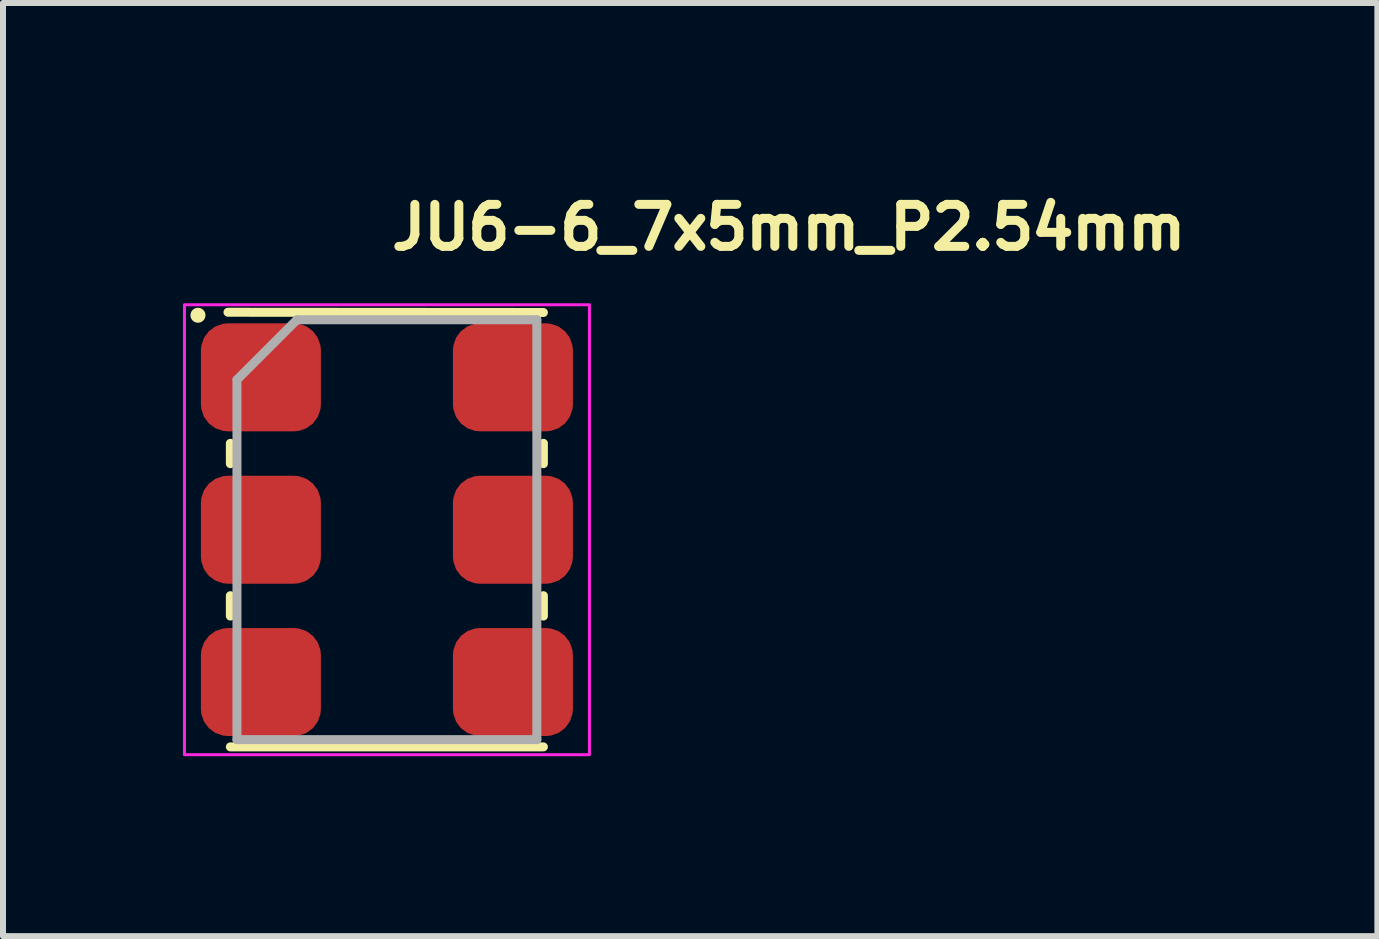
<source format=kicad_pcb>
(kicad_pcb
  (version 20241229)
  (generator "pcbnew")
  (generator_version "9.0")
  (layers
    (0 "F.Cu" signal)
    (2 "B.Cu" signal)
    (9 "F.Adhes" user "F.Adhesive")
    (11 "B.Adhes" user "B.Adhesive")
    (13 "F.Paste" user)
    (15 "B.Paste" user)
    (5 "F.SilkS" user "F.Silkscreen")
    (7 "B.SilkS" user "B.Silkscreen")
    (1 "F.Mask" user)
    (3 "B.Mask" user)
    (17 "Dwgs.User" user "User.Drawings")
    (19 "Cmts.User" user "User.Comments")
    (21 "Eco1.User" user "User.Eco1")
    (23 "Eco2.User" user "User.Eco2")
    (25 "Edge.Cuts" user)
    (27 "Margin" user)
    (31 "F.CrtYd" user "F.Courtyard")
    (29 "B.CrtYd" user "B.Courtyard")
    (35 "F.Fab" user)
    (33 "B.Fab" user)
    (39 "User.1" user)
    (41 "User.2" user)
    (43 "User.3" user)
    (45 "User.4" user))
  (footprint "JU6-6_7x5mm_P2.54mm"
    (layer "F.Cu")
    (at 3.4 5.78)
    (property "Reference" "JU6-6_7x5mm_P2.54mm" (at 0 -4.63 0) (layer "F.SilkS") (effects (font (size 0.7 0.7) (thickness 0.15)) (justify left bottom)))
    (attr smd)
    (fp_line (start -2.65 -3.625) (end 2.608 -3.621) (stroke (width 0.15) (type solid)) (layer "F.SilkS"))
    (fp_line (start -2.61 -1.101) (end -2.61 -1.44) (stroke (width 0.15) (type solid)) (layer "F.SilkS"))
    (fp_line (start -2.61 1.439) (end -2.61 1.1) (stroke (width 0.15) (type solid)) (layer "F.SilkS"))
    (fp_line (start 2.608 -1.44) (end 2.608 -1.101) (stroke (width 0.15) (type solid)) (layer "F.SilkS"))
    (fp_line (start 2.608 1.1) (end 2.608 1.439) (stroke (width 0.15) (type solid)) (layer "F.SilkS"))
    (fp_line (start 2.608 3.62) (end -2.61 3.62) (stroke (width 0.15) (type solid)) (layer "F.SilkS"))
    (fp_circle (center -3.15 -3.575) (end -3.1 -3.575) (stroke (width 0.15) (type solid)) (fill yes) (layer "F.SilkS"))
    (fp_rect (start -3.375 -3.75) (end 3.375 3.75) (stroke (width 0.05) (type solid)) (fill no) (layer "F.CrtYd"))
    (fp_line (start -2.5 -2.5) (end -2.5 3.499) (stroke (width 0.15) (type solid)) (layer "F.Fab"))
    (fp_line (start -2.5 3.499) (end 2.499 3.499) (stroke (width 0.15) (type solid)) (layer "F.Fab"))
    (fp_line (start -1.5 -3.5) (end -2.5 -2.5) (stroke (width 0.15) (type solid)) (layer "F.Fab"))
    (fp_line (start 2.499 -3.5) (end -1.5 -3.5) (stroke (width 0.15) (type solid)) (layer "F.Fab"))
    (fp_line (start 2.499 3.499) (end 2.499 -3.5) (stroke (width 0.15) (type solid)) (layer "F.Fab"))
    (fp_rect (start -2.5 -3.5) (end 2.499 3.499) (stroke (width 0.1) (type solid)) (fill no) (layer "User.5"))
    (fp_line (start -2.5 -3.23) (end -2.5 -3.215) (stroke (width 0.02) (type solid)) (layer "User.9"))
    (fp_line (start -2.5 -3.215) (end -2.5 -3.202) (stroke (width 0.02) (type solid)) (layer "User.9"))
    (fp_line (start -2.5 -3.202) (end -2.5 -2.84) (stroke (width 0.02) (type solid)) (layer "User.9"))
    (fp_line (start -2.5 -2.242) (end -2.5 -0.3) (stroke (width 0.02) (type solid)) (layer "User.9"))
    (fp_line (start -2.5 -2.242) (end -2.485 -2.242) (stroke (width 0.02) (type solid)) (layer "User.9"))
    (fp_line (start -2.5 0.298) (end -2.5 2.24) (stroke (width 0.02) (type solid)) (layer "User.9"))
    (fp_line (start -2.5 0.298) (end -2.481 0.298) (stroke (width 0.02) (type solid)) (layer "User.9"))
    (fp_line (start -2.5 2.838) (end -2.5 3.2) (stroke (width 0.02) (type solid)) (layer "User.9"))
    (fp_line (start -2.5 2.838) (end -2.485 2.838) (stroke (width 0.02) (type solid)) (layer "User.9"))
    (fp_line (start -2.5 3.2) (end -2.5 3.213) (stroke (width 0.02) (type solid)) (layer "User.9"))
    (fp_line (start -2.5 3.213) (end -2.5 3.229) (stroke (width 0.02) (type solid)) (layer "User.9"))
    (fp_line (start -2.5 3.229) (end -2.497 3.244) (stroke (width 0.02) (type solid)) (layer "User.9"))
    (fp_line (start -2.497 -3.246) (end -2.5 -3.23) (stroke (width 0.02) (type solid)) (layer "User.9"))
    (fp_line (start -2.497 3.244) (end -2.496 3.257) (stroke (width 0.02) (type solid)) (layer "User.9"))
    (fp_line (start -2.496 -3.259) (end -2.497 -3.246) (stroke (width 0.02) (type solid)) (layer "User.9"))
    (fp_line (start -2.496 3.257) (end -2.492 3.273) (stroke (width 0.02) (type solid)) (layer "User.9"))
    (fp_line (start -2.492 -3.274) (end -2.496 -3.259) (stroke (width 0.02) (type solid)) (layer "User.9"))
    (fp_line (start -2.492 3.273) (end -2.488 3.286) (stroke (width 0.02) (type solid)) (layer "User.9"))
    (fp_line (start -2.491 -0.3) (end -2.5 -0.3) (stroke (width 0.02) (type solid)) (layer "User.9"))
    (fp_line (start -2.488 -3.289) (end -2.492 -3.274) (stroke (width 0.02) (type solid)) (layer "User.9"))
    (fp_line (start -2.488 3.286) (end -2.484 3.301) (stroke (width 0.02) (type solid)) (layer "User.9"))
    (fp_line (start -2.485 -2.84) (end -2.5 -2.84) (stroke (width 0.02) (type solid)) (layer "User.9"))
    (fp_line (start -2.485 -2.242) (end -2.471 -2.242) (stroke (width 0.02) (type solid)) (layer "User.9"))
    (fp_line (start -2.485 2.24) (end -2.5 2.24) (stroke (width 0.02) (type solid)) (layer "User.9"))
    (fp_line (start -2.485 2.838) (end -2.471 2.838) (stroke (width 0.02) (type solid)) (layer "User.9"))
    (fp_line (start -2.484 -3.302) (end -2.488 -3.289) (stroke (width 0.02) (type solid)) (layer "User.9"))
    (fp_line (start -2.484 3.301) (end -2.479 3.313) (stroke (width 0.02) (type solid)) (layer "User.9"))
    (fp_line (start -2.481 -0.3) (end -2.491 -0.3) (stroke (width 0.02) (type solid)) (layer "User.9"))
    (fp_line (start -2.481 0.298) (end -2.461 0.296) (stroke (width 0.02) (type solid)) (layer "User.9"))
    (fp_line (start -2.479 -3.315) (end -2.484 -3.302) (stroke (width 0.02) (type solid)) (layer "User.9"))
    (fp_line (start -2.479 3.313) (end -2.472 3.328) (stroke (width 0.02) (type solid)) (layer "User.9"))
    (fp_line (start -2.472 -3.33) (end -2.479 -3.315) (stroke (width 0.02) (type solid)) (layer "User.9"))
    (fp_line (start -2.472 -0.299) (end -2.481 -0.3) (stroke (width 0.02) (type solid)) (layer "User.9"))
    (fp_line (start -2.472 3.328) (end -2.465 3.341) (stroke (width 0.02) (type solid)) (layer "User.9"))
    (fp_line (start -2.471 -2.839) (end -2.485 -2.84) (stroke (width 0.02) (type solid)) (layer "User.9"))
    (fp_line (start -2.471 -2.242) (end -2.456 -2.245) (stroke (width 0.02) (type solid)) (layer "User.9"))
    (fp_line (start -2.471 2.241) (end -2.485 2.24) (stroke (width 0.02) (type solid)) (layer "User.9"))
    (fp_line (start -2.471 2.838) (end -2.456 2.835) (stroke (width 0.02) (type solid)) (layer "User.9"))
    (fp_line (start -2.465 -3.343) (end -2.472 -3.33) (stroke (width 0.02) (type solid)) (layer "User.9"))
    (fp_line (start -2.465 3.341) (end -2.459 3.354) (stroke (width 0.02) (type solid)) (layer "User.9"))
    (fp_line (start -2.461 -0.298) (end -2.472 -0.299) (stroke (width 0.02) (type solid)) (layer "User.9"))
    (fp_line (start -2.461 0.296) (end -2.441 0.293) (stroke (width 0.02) (type solid)) (layer "User.9"))
    (fp_line (start -2.459 -3.355) (end -2.465 -3.343) (stroke (width 0.02) (type solid)) (layer "User.9"))
    (fp_line (start -2.459 3.354) (end -2.451 3.366) (stroke (width 0.02) (type solid)) (layer "User.9"))
    (fp_line (start -2.456 -2.838) (end -2.471 -2.839) (stroke (width 0.02) (type solid)) (layer "User.9"))
    (fp_line (start -2.456 -2.245) (end -2.44 -2.247) (stroke (width 0.02) (type solid)) (layer "User.9"))
    (fp_line (start -2.456 2.242) (end -2.471 2.241) (stroke (width 0.02) (type solid)) (layer "User.9"))
    (fp_line (start -2.456 2.835) (end -2.44 2.833) (stroke (width 0.02) (type solid)) (layer "User.9"))
    (fp_line (start -2.452 -0.296) (end -2.461 -0.298) (stroke (width 0.02) (type solid)) (layer "User.9"))
    (fp_line (start -2.451 -3.367) (end -2.459 -3.355) (stroke (width 0.02) (type solid)) (layer "User.9"))
    (fp_line (start -2.451 3.366) (end -2.443 3.378) (stroke (width 0.02) (type solid)) (layer "User.9"))
    (fp_line (start -2.443 -3.379) (end -2.451 -3.367) (stroke (width 0.02) (type solid)) (layer "User.9"))
    (fp_line (start -2.443 3.378) (end -2.433 3.39) (stroke (width 0.02) (type solid)) (layer "User.9"))
    (fp_line (start -2.441 -0.295) (end -2.452 -0.296) (stroke (width 0.02) (type solid)) (layer "User.9"))
    (fp_line (start -2.441 0.293) (end -2.423 0.288) (stroke (width 0.02) (type solid)) (layer "User.9"))
    (fp_line (start -2.44 -2.835) (end -2.456 -2.838) (stroke (width 0.02) (type solid)) (layer "User.9"))
    (fp_line (start -2.44 -2.247) (end -2.427 -2.25) (stroke (width 0.02) (type solid)) (layer "User.9"))
    (fp_line (start -2.44 2.245) (end -2.456 2.242) (stroke (width 0.02) (type solid)) (layer "User.9"))
    (fp_line (start -2.44 2.833) (end -2.427 2.83) (stroke (width 0.02) (type solid)) (layer "User.9"))
    (fp_line (start -2.433 -3.391) (end -2.443 -3.379) (stroke (width 0.02) (type solid)) (layer "User.9"))
    (fp_line (start -2.433 3.39) (end -2.423 3.401) (stroke (width 0.02) (type solid)) (layer "User.9"))
    (fp_line (start -2.432 -0.293) (end -2.441 -0.295) (stroke (width 0.02) (type solid)) (layer "User.9"))
    (fp_line (start -2.427 -2.831) (end -2.44 -2.835) (stroke (width 0.02) (type solid)) (layer "User.9"))
    (fp_line (start -2.427 -2.25) (end -2.411 -2.254) (stroke (width 0.02) (type solid)) (layer "User.9"))
    (fp_line (start -2.427 2.249) (end -2.44 2.245) (stroke (width 0.02) (type solid)) (layer "User.9"))
    (fp_line (start -2.427 2.83) (end -2.411 2.826) (stroke (width 0.02) (type solid)) (layer "User.9"))
    (fp_line (start -2.423 -3.403) (end -2.433 -3.391) (stroke (width 0.02) (type solid)) (layer "User.9"))
    (fp_line (start -2.423 -0.29) (end -2.432 -0.293) (stroke (width 0.02) (type solid)) (layer "User.9"))
    (fp_line (start -2.423 0.288) (end -2.404 0.283) (stroke (width 0.02) (type solid)) (layer "User.9"))
    (fp_line (start -2.423 3.401) (end -2.414 3.411) (stroke (width 0.02) (type solid)) (layer "User.9"))
    (fp_line (start -2.414 -3.414) (end -2.423 -3.403) (stroke (width 0.02) (type solid)) (layer "User.9"))
    (fp_line (start -2.414 -3.414) (end -2.414 -3.414) (stroke (width 0.02) (type solid)) (layer "User.9"))
    (fp_line (start -2.414 -0.288) (end -2.423 -0.29) (stroke (width 0.02) (type solid)) (layer "User.9"))
    (fp_line (start -2.414 3.411) (end -2.414 3.411) (stroke (width 0.02) (type solid)) (layer "User.9"))
    (fp_line (start -2.414 3.411) (end -2.403 3.422) (stroke (width 0.02) (type solid)) (layer "User.9"))
    (fp_line (start -2.411 -2.827) (end -2.427 -2.831) (stroke (width 0.02) (type solid)) (layer "User.9"))
    (fp_line (start -2.411 -2.254) (end -2.398 -2.259) (stroke (width 0.02) (type solid)) (layer "User.9"))
    (fp_line (start -2.411 2.253) (end -2.427 2.249) (stroke (width 0.02) (type solid)) (layer "User.9"))
    (fp_line (start -2.411 2.826) (end -2.398 2.821) (stroke (width 0.02) (type solid)) (layer "User.9"))
    (fp_line (start -2.404 -0.285) (end -2.414 -0.288) (stroke (width 0.02) (type solid)) (layer "User.9"))
    (fp_line (start -2.404 0.283) (end -2.386 0.277) (stroke (width 0.02) (type solid)) (layer "User.9"))
    (fp_line (start -2.403 -3.423) (end -2.414 -3.414) (stroke (width 0.02) (type solid)) (layer "User.9"))
    (fp_line (start -2.403 3.422) (end -2.391 3.431) (stroke (width 0.02) (type solid)) (layer "User.9"))
    (fp_line (start -2.398 -2.823) (end -2.411 -2.827) (stroke (width 0.02) (type solid)) (layer "User.9"))
    (fp_line (start -2.398 -2.259) (end -2.384 -2.265) (stroke (width 0.02) (type solid)) (layer "User.9"))
    (fp_line (start -2.398 2.257) (end -2.411 2.253) (stroke (width 0.02) (type solid)) (layer "User.9"))
    (fp_line (start -2.398 2.821) (end -2.384 2.815) (stroke (width 0.02) (type solid)) (layer "User.9"))
    (fp_line (start -2.395 -0.282) (end -2.404 -0.285) (stroke (width 0.02) (type solid)) (layer "User.9"))
    (fp_line (start -2.391 -3.434) (end -2.403 -3.423) (stroke (width 0.02) (type solid)) (layer "User.9"))
    (fp_line (start -2.391 3.431) (end -2.379 3.441) (stroke (width 0.02) (type solid)) (layer "User.9"))
    (fp_line (start -2.386 -0.279) (end -2.395 -0.282) (stroke (width 0.02) (type solid)) (layer "User.9"))
    (fp_line (start -2.386 0.277) (end -2.368 0.268) (stroke (width 0.02) (type solid)) (layer "User.9"))
    (fp_line (start -2.384 -2.818) (end -2.398 -2.823) (stroke (width 0.02) (type solid)) (layer "User.9"))
    (fp_line (start -2.384 -2.265) (end -2.371 -2.27) (stroke (width 0.02) (type solid)) (layer "User.9"))
    (fp_line (start -2.384 2.262) (end -2.398 2.257) (stroke (width 0.02) (type solid)) (layer "User.9"))
    (fp_line (start -2.384 2.815) (end -2.371 2.809) (stroke (width 0.02) (type solid)) (layer "User.9"))
    (fp_line (start -2.379 -3.443) (end -2.391 -3.434) (stroke (width 0.02) (type solid)) (layer "User.9"))
    (fp_line (start -2.379 3.441) (end -2.367 3.449) (stroke (width 0.02) (type solid)) (layer "User.9"))
    (fp_line (start -2.376 -0.275) (end -2.386 -0.279) (stroke (width 0.02) (type solid)) (layer "User.9"))
    (fp_line (start -2.371 -2.811) (end -2.384 -2.818) (stroke (width 0.02) (type solid)) (layer "User.9"))
    (fp_line (start -2.371 -2.27) (end -2.359 -2.278) (stroke (width 0.02) (type solid)) (layer "User.9"))
    (fp_line (start -2.371 2.269) (end -2.384 2.262) (stroke (width 0.02) (type solid)) (layer "User.9"))
    (fp_line (start -2.371 2.809) (end -2.359 2.802) (stroke (width 0.02) (type solid)) (layer "User.9"))
    (fp_line (start -2.368 -0.27) (end -2.376 -0.275) (stroke (width 0.02) (type solid)) (layer "User.9"))
    (fp_line (start -2.368 0.268) (end -2.351 0.259) (stroke (width 0.02) (type solid)) (layer "User.9"))
    (fp_line (start -2.367 -3.451) (end -2.379 -3.443) (stroke (width 0.02) (type solid)) (layer "User.9"))
    (fp_line (start -2.367 3.449) (end -2.355 3.456) (stroke (width 0.02) (type solid)) (layer "User.9"))
    (fp_line (start -2.359 -2.805) (end -2.371 -2.811) (stroke (width 0.02) (type solid)) (layer "User.9"))
    (fp_line (start -2.359 -2.278) (end -2.346 -2.285) (stroke (width 0.02) (type solid)) (layer "User.9"))
    (fp_line (start -2.359 -0.266) (end -2.368 -0.27) (stroke (width 0.02) (type solid)) (layer "User.9"))
    (fp_line (start -2.359 2.276) (end -2.371 2.269) (stroke (width 0.02) (type solid)) (layer "User.9"))
    (fp_line (start -2.359 2.802) (end -2.346 2.796) (stroke (width 0.02) (type solid)) (layer "User.9"))
    (fp_line (start -2.355 -3.459) (end -2.367 -3.451) (stroke (width 0.02) (type solid)) (layer "User.9"))
    (fp_line (start -2.355 3.456) (end -2.343 3.463) (stroke (width 0.02) (type solid)) (layer "User.9"))
    (fp_line (start -2.351 -0.261) (end -2.359 -0.266) (stroke (width 0.02) (type solid)) (layer "User.9"))
    (fp_line (start -2.351 0.259) (end -2.335 0.248) (stroke (width 0.02) (type solid)) (layer "User.9"))
    (fp_line (start -2.346 -2.798) (end -2.359 -2.805) (stroke (width 0.02) (type solid)) (layer "User.9"))
    (fp_line (start -2.346 -2.285) (end -2.334 -2.293) (stroke (width 0.02) (type solid)) (layer "User.9"))
    (fp_line (start -2.346 2.282) (end -2.359 2.276) (stroke (width 0.02) (type solid)) (layer "User.9"))
    (fp_line (start -2.346 2.796) (end -2.334 2.788) (stroke (width 0.02) (type solid)) (layer "User.9"))
    (fp_line (start -2.343 -3.465) (end -2.355 -3.459) (stroke (width 0.02) (type solid)) (layer "User.9"))
    (fp_line (start -2.343 -0.255) (end -2.351 -0.261) (stroke (width 0.02) (type solid)) (layer "User.9"))
    (fp_line (start -2.343 3.463) (end -2.33 3.471) (stroke (width 0.02) (type solid)) (layer "User.9"))
    (fp_line (start -2.335 -0.25) (end -2.343 -0.255) (stroke (width 0.02) (type solid)) (layer "User.9"))
    (fp_line (start -2.335 0.248) (end -2.319 0.238) (stroke (width 0.02) (type solid)) (layer "User.9"))
    (fp_line (start -2.334 -2.79) (end -2.346 -2.798) (stroke (width 0.02) (type solid)) (layer "User.9"))
    (fp_line (start -2.334 -2.293) (end -2.322 -2.301) (stroke (width 0.02) (type solid)) (layer "User.9"))
    (fp_line (start -2.334 2.29) (end -2.346 2.282) (stroke (width 0.02) (type solid)) (layer "User.9"))
    (fp_line (start -2.334 2.788) (end -2.322 2.78) (stroke (width 0.02) (type solid)) (layer "User.9"))
    (fp_line (start -2.33 -3.472) (end -2.343 -3.465) (stroke (width 0.02) (type solid)) (layer "User.9"))
    (fp_line (start -2.33 3.471) (end -2.315 3.476) (stroke (width 0.02) (type solid)) (layer "User.9"))
    (fp_line (start -2.327 -0.245) (end -2.335 -0.25) (stroke (width 0.02) (type solid)) (layer "User.9"))
    (fp_line (start -2.322 -2.782) (end -2.334 -2.79) (stroke (width 0.02) (type solid)) (layer "User.9"))
    (fp_line (start -2.322 -2.301) (end -2.311 -2.31) (stroke (width 0.02) (type solid)) (layer "User.9"))
    (fp_line (start -2.322 2.298) (end -2.334 2.29) (stroke (width 0.02) (type solid)) (layer "User.9"))
    (fp_line (start -2.322 2.78) (end -2.311 2.77) (stroke (width 0.02) (type solid)) (layer "User.9"))
    (fp_line (start -2.319 -0.24) (end -2.327 -0.245) (stroke (width 0.02) (type solid)) (layer "User.9"))
    (fp_line (start -2.319 0.238) (end -2.303 0.225) (stroke (width 0.02) (type solid)) (layer "User.9"))
    (fp_line (start -2.315 -3.479) (end -2.33 -3.472) (stroke (width 0.02) (type solid)) (layer "User.9"))
    (fp_line (start -2.315 3.476) (end -2.302 3.482) (stroke (width 0.02) (type solid)) (layer "User.9"))
    (fp_line (start -2.311 -2.773) (end -2.322 -2.782) (stroke (width 0.02) (type solid)) (layer "User.9"))
    (fp_line (start -2.311 -2.31) (end -2.299 -2.319) (stroke (width 0.02) (type solid)) (layer "User.9"))
    (fp_line (start -2.311 -0.234) (end -2.319 -0.24) (stroke (width 0.02) (type solid)) (layer "User.9"))
    (fp_line (start -2.311 2.307) (end -2.322 2.298) (stroke (width 0.02) (type solid)) (layer "User.9"))
    (fp_line (start -2.311 2.77) (end -2.299 2.761) (stroke (width 0.02) (type solid)) (layer "User.9"))
    (fp_line (start -2.303 -0.227) (end -2.311 -0.234) (stroke (width 0.02) (type solid)) (layer "User.9"))
    (fp_line (start -2.303 0.225) (end -2.29 0.211) (stroke (width 0.02) (type solid)) (layer "User.9"))
    (fp_line (start -2.302 -3.484) (end -2.315 -3.479) (stroke (width 0.02) (type solid)) (layer "User.9"))
    (fp_line (start -2.302 3.482) (end -2.289 3.487) (stroke (width 0.02) (type solid)) (layer "User.9"))
    (fp_line (start -2.299 -2.763) (end -2.311 -2.773) (stroke (width 0.02) (type solid)) (layer "User.9"))
    (fp_line (start -2.299 -2.319) (end -2.289 -2.328) (stroke (width 0.02) (type solid)) (layer "User.9"))
    (fp_line (start -2.299 2.317) (end -2.311 2.307) (stroke (width 0.02) (type solid)) (layer "User.9"))
    (fp_line (start -2.299 2.761) (end -2.289 2.752) (stroke (width 0.02) (type solid)) (layer "User.9"))
    (fp_line (start -2.297 -0.22) (end -2.303 -0.227) (stroke (width 0.02) (type solid)) (layer "User.9"))
    (fp_line (start -2.29 -0.213) (end -2.297 -0.22) (stroke (width 0.02) (type solid)) (layer "User.9"))
    (fp_line (start -2.29 0.211) (end -2.275 0.198) (stroke (width 0.02) (type solid)) (layer "User.9"))
    (fp_line (start -2.289 -3.488) (end -2.302 -3.484) (stroke (width 0.02) (type solid)) (layer "User.9"))
    (fp_line (start -2.289 -2.754) (end -2.299 -2.763) (stroke (width 0.02) (type solid)) (layer "User.9"))
    (fp_line (start -2.289 -2.328) (end -2.279 -2.339) (stroke (width 0.02) (type solid)) (layer "User.9"))
    (fp_line (start -2.289 2.326) (end -2.299 2.317) (stroke (width 0.02) (type solid)) (layer "User.9"))
    (fp_line (start -2.289 2.752) (end -2.279 2.741) (stroke (width 0.02) (type solid)) (layer "User.9"))
    (fp_line (start -2.289 3.487) (end -2.274 3.49) (stroke (width 0.02) (type solid)) (layer "User.9"))
    (fp_line (start -2.282 -0.207) (end -2.29 -0.213) (stroke (width 0.02) (type solid)) (layer "User.9"))
    (fp_line (start -2.279 -2.742) (end -2.289 -2.754) (stroke (width 0.02) (type solid)) (layer "User.9"))
    (fp_line (start -2.279 -2.339) (end -2.27 -2.351) (stroke (width 0.02) (type solid)) (layer "User.9"))
    (fp_line (start -2.279 2.338) (end -2.289 2.326) (stroke (width 0.02) (type solid)) (layer "User.9"))
    (fp_line (start -2.279 2.741) (end -2.27 2.729) (stroke (width 0.02) (type solid)) (layer "User.9"))
    (fp_line (start -2.275 -0.2) (end -2.282 -0.207) (stroke (width 0.02) (type solid)) (layer "User.9"))
    (fp_line (start -2.275 0.198) (end -2.263 0.182) (stroke (width 0.02) (type solid)) (layer "User.9"))
    (fp_line (start -2.274 -3.492) (end -2.289 -3.488) (stroke (width 0.02) (type solid)) (layer "User.9"))
    (fp_line (start -2.274 3.49) (end -2.259 3.494) (stroke (width 0.02) (type solid)) (layer "User.9"))
    (fp_line (start -2.27 -2.731) (end -2.279 -2.742) (stroke (width 0.02) (type solid)) (layer "User.9"))
    (fp_line (start -2.27 -2.351) (end -2.261 -2.362) (stroke (width 0.02) (type solid)) (layer "User.9"))
    (fp_line (start -2.27 -0.191) (end -2.275 -0.2) (stroke (width 0.02) (type solid)) (layer "User.9"))
    (fp_line (start -2.27 2.349) (end -2.279 2.338) (stroke (width 0.02) (type solid)) (layer "User.9"))
    (fp_line (start -2.27 2.729) (end -2.261 2.718) (stroke (width 0.02) (type solid)) (layer "User.9"))
    (fp_line (start -2.263 -0.184) (end -2.27 -0.191) (stroke (width 0.02) (type solid)) (layer "User.9"))
    (fp_line (start -2.263 0.182) (end -2.251 0.166) (stroke (width 0.02) (type solid)) (layer "User.9"))
    (fp_line (start -2.261 -2.721) (end -2.27 -2.731) (stroke (width 0.02) (type solid)) (layer "User.9"))
    (fp_line (start -2.261 -2.362) (end -2.253 -2.374) (stroke (width 0.02) (type solid)) (layer "User.9"))
    (fp_line (start -2.261 2.359) (end -2.27 2.349) (stroke (width 0.02) (type solid)) (layer "User.9"))
    (fp_line (start -2.261 2.718) (end -2.253 2.706) (stroke (width 0.02) (type solid)) (layer "User.9"))
    (fp_line (start -2.259 -3.496) (end -2.274 -3.492) (stroke (width 0.02) (type solid)) (layer "User.9"))
    (fp_line (start -2.259 3.494) (end -2.246 3.495) (stroke (width 0.02) (type solid)) (layer "User.9"))
    (fp_line (start -2.258 -0.176) (end -2.263 -0.184) (stroke (width 0.02) (type solid)) (layer "User.9"))
    (fp_line (start -2.253 -2.709) (end -2.261 -2.721) (stroke (width 0.02) (type solid)) (layer "User.9"))
    (fp_line (start -2.253 -2.374) (end -2.245 -2.386) (stroke (width 0.02) (type solid)) (layer "User.9"))
    (fp_line (start -2.253 2.371) (end -2.261 2.359) (stroke (width 0.02) (type solid)) (layer "User.9"))
    (fp_line (start -2.253 2.706) (end -2.245 2.694) (stroke (width 0.02) (type solid)) (layer "User.9"))
    (fp_line (start -2.251 -0.168) (end -2.258 -0.176) (stroke (width 0.02) (type solid)) (layer "User.9"))
    (fp_line (start -2.251 0.166) (end -2.242 0.148) (stroke (width 0.02) (type solid)) (layer "User.9"))
    (fp_line (start -2.246 -3.497) (end -2.259 -3.496) (stroke (width 0.02) (type solid)) (layer "User.9"))
    (fp_line (start -2.246 -0.159) (end -2.251 -0.168) (stroke (width 0.02) (type solid)) (layer "User.9"))
    (fp_line (start -2.246 3.495) (end -2.23 3.498) (stroke (width 0.02) (type solid)) (layer "User.9"))
    (fp_line (start -2.245 -2.697) (end -2.253 -2.709) (stroke (width 0.02) (type solid)) (layer "User.9"))
    (fp_line (start -2.245 -2.386) (end -2.238 -2.399) (stroke (width 0.02) (type solid)) (layer "User.9"))
    (fp_line (start -2.245 2.383) (end -2.253 2.371) (stroke (width 0.02) (type solid)) (layer "User.9"))
    (fp_line (start -2.245 2.694) (end -2.238 2.681) (stroke (width 0.02) (type solid)) (layer "User.9"))
    (fp_line (start -2.242 -0.15) (end -2.246 -0.159) (stroke (width 0.02) (type solid)) (layer "User.9"))
    (fp_line (start -2.242 -0.15) (end -2.242 -0.15) (stroke (width 0.02) (type solid)) (layer "User.9"))
    (fp_line (start -2.242 0.148) (end -2.242 0.148) (stroke (width 0.02) (type solid)) (layer "User.9"))
    (fp_line (start -2.242 0.148) (end -2.231 0.132) (stroke (width 0.02) (type solid)) (layer "User.9"))
    (fp_line (start -2.238 -2.684) (end -2.245 -2.697) (stroke (width 0.02) (type solid)) (layer "User.9"))
    (fp_line (start -2.238 -2.399) (end -2.23 -2.411) (stroke (width 0.02) (type solid)) (layer "User.9"))
    (fp_line (start -2.238 2.397) (end -2.245 2.383) (stroke (width 0.02) (type solid)) (layer "User.9"))
    (fp_line (start -2.238 2.681) (end -2.23 2.669) (stroke (width 0.02) (type solid)) (layer "User.9"))
    (fp_line (start -2.231 -0.134) (end -2.242 -0.15) (stroke (width 0.02) (type solid)) (layer "User.9"))
    (fp_line (start -2.231 0.132) (end -2.223 0.114) (stroke (width 0.02) (type solid)) (layer "User.9"))
    (fp_line (start -2.23 -3.5) (end -2.246 -3.497) (stroke (width 0.02) (type solid)) (layer "User.9"))
    (fp_line (start -2.23 -2.672) (end -2.238 -2.684) (stroke (width 0.02) (type solid)) (layer "User.9"))
    (fp_line (start -2.23 -2.411) (end -2.225 -2.424) (stroke (width 0.02) (type solid)) (layer "User.9"))
    (fp_line (start -2.23 2.409) (end -2.238 2.397) (stroke (width 0.02) (type solid)) (layer "User.9"))
    (fp_line (start -2.23 2.669) (end -2.225 2.656) (stroke (width 0.02) (type solid)) (layer "User.9"))
    (fp_line (start -2.23 3.498) (end -2.215 3.499) (stroke (width 0.02) (type solid)) (layer "User.9"))
    (fp_line (start -2.225 -2.657) (end -2.23 -2.672) (stroke (width 0.02) (type solid)) (layer "User.9"))
    (fp_line (start -2.225 -2.424) (end -2.219 -2.437) (stroke (width 0.02) (type solid)) (layer "User.9"))
    (fp_line (start -2.225 2.422) (end -2.23 2.409) (stroke (width 0.02) (type solid)) (layer "User.9"))
    (fp_line (start -2.225 2.656) (end -2.219 2.643) (stroke (width 0.02) (type solid)) (layer "User.9"))
    (fp_line (start -2.223 -0.116) (end -2.231 -0.134) (stroke (width 0.02) (type solid)) (layer "User.9"))
    (fp_line (start -2.223 0.114) (end -2.217 0.094) (stroke (width 0.02) (type solid)) (layer "User.9"))
    (fp_line (start -2.219 -2.645) (end -2.225 -2.657) (stroke (width 0.02) (type solid)) (layer "User.9"))
    (fp_line (start -2.219 -2.437) (end -2.214 -2.452) (stroke (width 0.02) (type solid)) (layer "User.9"))
    (fp_line (start -2.219 2.435) (end -2.225 2.422) (stroke (width 0.02) (type solid)) (layer "User.9"))
    (fp_line (start -2.219 2.643) (end -2.214 2.628) (stroke (width 0.02) (type solid)) (layer "User.9"))
    (fp_line (start -2.217 -0.096) (end -2.223 -0.116) (stroke (width 0.02) (type solid)) (layer "User.9"))
    (fp_line (start -2.217 0.094) (end -2.211 0.076) (stroke (width 0.02) (type solid)) (layer "User.9"))
    (fp_line (start -2.215 -3.5) (end -2.23 -3.5) (stroke (width 0.02) (type solid)) (layer "User.9"))
    (fp_line (start -2.215 3.499) (end -2.202 3.499) (stroke (width 0.02) (type solid)) (layer "User.9"))
    (fp_line (start -2.214 -2.63) (end -2.219 -2.645) (stroke (width 0.02) (type solid)) (layer "User.9"))
    (fp_line (start -2.214 -2.452) (end -2.21 -2.467) (stroke (width 0.02) (type solid)) (layer "User.9"))
    (fp_line (start -2.214 2.45) (end -2.219 2.435) (stroke (width 0.02) (type solid)) (layer "User.9"))
    (fp_line (start -2.214 2.628) (end -2.21 2.613) (stroke (width 0.02) (type solid)) (layer "User.9"))
    (fp_line (start -2.211 -0.078) (end -2.217 -0.096) (stroke (width 0.02) (type solid)) (layer "User.9"))
    (fp_line (start -2.211 0.076) (end -2.206 0.057) (stroke (width 0.02) (type solid)) (layer "User.9"))
    (fp_line (start -2.21 -2.616) (end -2.214 -2.63) (stroke (width 0.02) (type solid)) (layer "User.9"))
    (fp_line (start -2.21 -2.467) (end -2.207 -2.48) (stroke (width 0.02) (type solid)) (layer "User.9"))
    (fp_line (start -2.21 2.464) (end -2.214 2.45) (stroke (width 0.02) (type solid)) (layer "User.9"))
    (fp_line (start -2.21 2.613) (end -2.207 2.6) (stroke (width 0.02) (type solid)) (layer "User.9"))
    (fp_line (start -2.207 -2.601) (end -2.21 -2.616) (stroke (width 0.02) (type solid)) (layer "User.9"))
    (fp_line (start -2.207 -2.48) (end -2.205 -2.496) (stroke (width 0.02) (type solid)) (layer "User.9"))
    (fp_line (start -2.207 2.479) (end -2.21 2.464) (stroke (width 0.02) (type solid)) (layer "User.9"))
    (fp_line (start -2.207 2.6) (end -2.205 2.584) (stroke (width 0.02) (type solid)) (layer "User.9"))
    (fp_line (start -2.206 -0.059) (end -2.211 -0.078) (stroke (width 0.02) (type solid)) (layer "User.9"))
    (fp_line (start -2.206 0.057) (end -2.203 0.037) (stroke (width 0.02) (type solid)) (layer "User.9"))
    (fp_line (start -2.205 -2.586) (end -2.207 -2.601) (stroke (width 0.02) (type solid)) (layer "User.9"))
    (fp_line (start -2.205 -2.496) (end -2.202 -2.511) (stroke (width 0.02) (type solid)) (layer "User.9"))
    (fp_line (start -2.205 2.494) (end -2.207 2.479) (stroke (width 0.02) (type solid)) (layer "User.9"))
    (fp_line (start -2.205 2.584) (end -2.202 2.569) (stroke (width 0.02) (type solid)) (layer "User.9"))
    (fp_line (start -2.203 -0.039) (end -2.206 -0.059) (stroke (width 0.02) (type solid)) (layer "User.9"))
    (fp_line (start -2.203 0.037) (end -2.202 0.018) (stroke (width 0.02) (type solid)) (layer "User.9"))
    (fp_line (start -2.202 -3.5) (end -2.215 -3.5) (stroke (width 0.02) (type solid)) (layer "User.9"))
    (fp_line (start -2.202 -3.202) (end -2.202 3.2) (stroke (width 0.02) (type solid)) (layer "User.9"))
    (fp_line (start -2.202 -2.572) (end -2.205 -2.586) (stroke (width 0.02) (type solid)) (layer "User.9"))
    (fp_line (start -2.202 -2.556) (end -2.202 -2.572) (stroke (width 0.02) (type solid)) (layer "User.9"))
    (fp_line (start -2.202 -2.54) (end -2.202 -2.556) (stroke (width 0.02) (type solid)) (layer "User.9"))
    (fp_line (start -2.202 -2.54) (end -2.202 -2.54) (stroke (width 0.02) (type solid)) (layer "User.9"))
    (fp_line (start -2.202 -2.525) (end -2.202 -2.54) (stroke (width 0.02) (type solid)) (layer "User.9"))
    (fp_line (start -2.202 -2.511) (end -2.202 -2.525) (stroke (width 0.02) (type solid)) (layer "User.9"))
    (fp_line (start -2.202 -0.02) (end -2.203 -0.039) (stroke (width 0.02) (type solid)) (layer "User.9"))
    (fp_line (start -2.202 0) (end -2.202 -0.02) (stroke (width 0.02) (type solid)) (layer "User.9"))
    (fp_line (start -2.202 0.018) (end -2.202 0) (stroke (width 0.02) (type solid)) (layer "User.9"))
    (fp_line (start -2.202 2.508) (end -2.205 2.494) (stroke (width 0.02) (type solid)) (layer "User.9"))
    (fp_line (start -2.202 2.523) (end -2.202 2.508) (stroke (width 0.02) (type solid)) (layer "User.9"))
    (fp_line (start -2.202 2.539) (end -2.202 2.523) (stroke (width 0.02) (type solid)) (layer "User.9"))
    (fp_line (start -2.202 2.539) (end -2.202 2.539) (stroke (width 0.02) (type solid)) (layer "User.9"))
    (fp_line (start -2.202 2.555) (end -2.202 2.539) (stroke (width 0.02) (type solid)) (layer "User.9"))
    (fp_line (start -2.202 2.569) (end -2.202 2.555) (stroke (width 0.02) (type solid)) (layer "User.9"))
    (fp_line (start -2.202 3.2) (end 2.2 3.2) (stroke (width 0.02) (type solid)) (layer "User.9"))
    (fp_line (start -2.202 3.499) (end -1.2 3.499) (stroke (width 0.02) (type solid)) (layer "User.9"))
    (fp_line (start -2.182 -3.181) (end -2.182 3.18) (stroke (width 0.02) (type solid)) (layer "User.9"))
    (fp_line (start -2.182 -3.181) (end -2.182 3.18) (stroke (width 0.02) (type solid)) (layer "User.9"))
    (fp_line (start -2.182 3.18) (end 2.18 3.18) (stroke (width 0.02) (type solid)) (layer "User.9"))
    (fp_line (start -2.182 3.18) (end 2.18 3.18) (stroke (width 0.02) (type solid)) (layer "User.9"))
    (fp_line (start -1.801 -2.556) (end -1.801 -2.541) (stroke (width 0.02) (type solid)) (layer "User.9"))
    (fp_line (start -1.801 -2.556) (end -1.801 -2.541) (stroke (width 0.02) (type solid)) (layer "User.9"))
    (fp_line (start -1.801 -2.541) (end -1.801 -2.541) (stroke (width 0.02) (type solid)) (layer "User.9"))
    (fp_line (start -1.801 -2.541) (end -1.801 -2.541) (stroke (width 0.02) (type solid)) (layer "User.9"))
    (fp_line (start -1.801 -2.541) (end -1.801 -2.525) (stroke (width 0.02) (type solid)) (layer "User.9"))
    (fp_line (start -1.801 -2.541) (end -1.801 -2.525) (stroke (width 0.02) (type solid)) (layer "User.9"))
    (fp_line (start -1.801 -2.525) (end -1.799 -2.511) (stroke (width 0.02) (type solid)) (layer "User.9"))
    (fp_line (start -1.801 -2.525) (end -1.799 -2.511) (stroke (width 0.02) (type solid)) (layer "User.9"))
    (fp_line (start -1.799 -2.572) (end -1.801 -2.556) (stroke (width 0.02) (type solid)) (layer "User.9"))
    (fp_line (start -1.799 -2.572) (end -1.801 -2.556) (stroke (width 0.02) (type solid)) (layer "User.9"))
    (fp_line (start -1.799 -2.511) (end -1.797 -2.496) (stroke (width 0.02) (type solid)) (layer "User.9"))
    (fp_line (start -1.799 -2.511) (end -1.797 -2.496) (stroke (width 0.02) (type solid)) (layer "User.9"))
    (fp_line (start -1.797 -2.586) (end -1.799 -2.572) (stroke (width 0.02) (type solid)) (layer "User.9"))
    (fp_line (start -1.797 -2.586) (end -1.799 -2.572) (stroke (width 0.02) (type solid)) (layer "User.9"))
    (fp_line (start -1.797 -2.496) (end -1.795 -2.48) (stroke (width 0.02) (type solid)) (layer "User.9"))
    (fp_line (start -1.797 -2.496) (end -1.795 -2.48) (stroke (width 0.02) (type solid)) (layer "User.9"))
    (fp_line (start -1.795 -2.601) (end -1.797 -2.586) (stroke (width 0.02) (type solid)) (layer "User.9"))
    (fp_line (start -1.795 -2.601) (end -1.797 -2.586) (stroke (width 0.02) (type solid)) (layer "User.9"))
    (fp_line (start -1.795 -2.48) (end -1.792 -2.467) (stroke (width 0.02) (type solid)) (layer "User.9"))
    (fp_line (start -1.795 -2.48) (end -1.792 -2.467) (stroke (width 0.02) (type solid)) (layer "User.9"))
    (fp_line (start -1.792 -2.616) (end -1.795 -2.601) (stroke (width 0.02) (type solid)) (layer "User.9"))
    (fp_line (start -1.792 -2.616) (end -1.795 -2.601) (stroke (width 0.02) (type solid)) (layer "User.9"))
    (fp_line (start -1.792 -2.467) (end -1.788 -2.452) (stroke (width 0.02) (type solid)) (layer "User.9"))
    (fp_line (start -1.792 -2.467) (end -1.788 -2.452) (stroke (width 0.02) (type solid)) (layer "User.9"))
    (fp_line (start -1.788 -2.63) (end -1.792 -2.616) (stroke (width 0.02) (type solid)) (layer "User.9"))
    (fp_line (start -1.788 -2.63) (end -1.792 -2.616) (stroke (width 0.02) (type solid)) (layer "User.9"))
    (fp_line (start -1.788 -2.452) (end -1.782 -2.437) (stroke (width 0.02) (type solid)) (layer "User.9"))
    (fp_line (start -1.788 -2.452) (end -1.782 -2.437) (stroke (width 0.02) (type solid)) (layer "User.9"))
    (fp_line (start -1.782 -2.645) (end -1.788 -2.63) (stroke (width 0.02) (type solid)) (layer "User.9"))
    (fp_line (start -1.782 -2.645) (end -1.788 -2.63) (stroke (width 0.02) (type solid)) (layer "User.9"))
    (fp_line (start -1.782 -2.437) (end -1.778 -2.424) (stroke (width 0.02) (type solid)) (layer "User.9"))
    (fp_line (start -1.782 -2.437) (end -1.778 -2.424) (stroke (width 0.02) (type solid)) (layer "User.9"))
    (fp_line (start -1.778 -2.657) (end -1.782 -2.645) (stroke (width 0.02) (type solid)) (layer "User.9"))
    (fp_line (start -1.778 -2.657) (end -1.782 -2.645) (stroke (width 0.02) (type solid)) (layer "User.9"))
    (fp_line (start -1.778 -2.424) (end -1.772 -2.411) (stroke (width 0.02) (type solid)) (layer "User.9"))
    (fp_line (start -1.778 -2.424) (end -1.772 -2.411) (stroke (width 0.02) (type solid)) (layer "User.9"))
    (fp_line (start -1.772 -2.672) (end -1.778 -2.657) (stroke (width 0.02) (type solid)) (layer "User.9"))
    (fp_line (start -1.772 -2.672) (end -1.778 -2.657) (stroke (width 0.02) (type solid)) (layer "User.9"))
    (fp_line (start -1.772 -2.411) (end -1.764 -2.399) (stroke (width 0.02) (type solid)) (layer "User.9"))
    (fp_line (start -1.772 -2.411) (end -1.764 -2.399) (stroke (width 0.02) (type solid)) (layer "User.9"))
    (fp_line (start -1.764 -2.684) (end -1.772 -2.672) (stroke (width 0.02) (type solid)) (layer "User.9"))
    (fp_line (start -1.764 -2.684) (end -1.772 -2.672) (stroke (width 0.02) (type solid)) (layer "User.9"))
    (fp_line (start -1.764 -2.399) (end -1.758 -2.386) (stroke (width 0.02) (type solid)) (layer "User.9"))
    (fp_line (start -1.764 -2.399) (end -1.758 -2.386) (stroke (width 0.02) (type solid)) (layer "User.9"))
    (fp_line (start -1.758 -2.697) (end -1.764 -2.684) (stroke (width 0.02) (type solid)) (layer "User.9"))
    (fp_line (start -1.758 -2.697) (end -1.764 -2.684) (stroke (width 0.02) (type solid)) (layer "User.9"))
    (fp_line (start -1.758 -2.386) (end -1.75 -2.374) (stroke (width 0.02) (type solid)) (layer "User.9"))
    (fp_line (start -1.758 -2.386) (end -1.75 -2.374) (stroke (width 0.02) (type solid)) (layer "User.9"))
    (fp_line (start -1.75 -2.709) (end -1.758 -2.697) (stroke (width 0.02) (type solid)) (layer "User.9"))
    (fp_line (start -1.75 -2.709) (end -1.758 -2.697) (stroke (width 0.02) (type solid)) (layer "User.9"))
    (fp_line (start -1.75 -2.374) (end -1.742 -2.362) (stroke (width 0.02) (type solid)) (layer "User.9"))
    (fp_line (start -1.75 -2.374) (end -1.742 -2.362) (stroke (width 0.02) (type solid)) (layer "User.9"))
    (fp_line (start -1.742 -2.721) (end -1.75 -2.709) (stroke (width 0.02) (type solid)) (layer "User.9"))
    (fp_line (start -1.742 -2.721) (end -1.75 -2.709) (stroke (width 0.02) (type solid)) (layer "User.9"))
    (fp_line (start -1.742 -2.362) (end -1.732 -2.351) (stroke (width 0.02) (type solid)) (layer "User.9"))
    (fp_line (start -1.742 -2.362) (end -1.732 -2.351) (stroke (width 0.02) (type solid)) (layer "User.9"))
    (fp_line (start -1.732 -2.731) (end -1.742 -2.721) (stroke (width 0.02) (type solid)) (layer "User.9"))
    (fp_line (start -1.732 -2.731) (end -1.742 -2.721) (stroke (width 0.02) (type solid)) (layer "User.9"))
    (fp_line (start -1.732 -2.351) (end -1.722 -2.339) (stroke (width 0.02) (type solid)) (layer "User.9"))
    (fp_line (start -1.732 -2.351) (end -1.722 -2.339) (stroke (width 0.02) (type solid)) (layer "User.9"))
    (fp_line (start -1.722 -2.742) (end -1.732 -2.731) (stroke (width 0.02) (type solid)) (layer "User.9"))
    (fp_line (start -1.722 -2.742) (end -1.732 -2.731) (stroke (width 0.02) (type solid)) (layer "User.9"))
    (fp_line (start -1.722 -2.339) (end -1.714 -2.328) (stroke (width 0.02) (type solid)) (layer "User.9"))
    (fp_line (start -1.722 -2.339) (end -1.714 -2.328) (stroke (width 0.02) (type solid)) (layer "User.9"))
    (fp_line (start -1.714 -2.754) (end -1.722 -2.742) (stroke (width 0.02) (type solid)) (layer "User.9"))
    (fp_line (start -1.714 -2.754) (end -1.722 -2.742) (stroke (width 0.02) (type solid)) (layer "User.9"))
    (fp_line (start -1.714 -2.328) (end -1.702 -2.319) (stroke (width 0.02) (type solid)) (layer "User.9"))
    (fp_line (start -1.714 -2.328) (end -1.702 -2.319) (stroke (width 0.02) (type solid)) (layer "User.9"))
    (fp_line (start -1.702 -2.763) (end -1.714 -2.754) (stroke (width 0.02) (type solid)) (layer "User.9"))
    (fp_line (start -1.702 -2.763) (end -1.714 -2.754) (stroke (width 0.02) (type solid)) (layer "User.9"))
    (fp_line (start -1.702 -2.319) (end -1.692 -2.31) (stroke (width 0.02) (type solid)) (layer "User.9"))
    (fp_line (start -1.702 -2.319) (end -1.692 -2.31) (stroke (width 0.02) (type solid)) (layer "User.9"))
    (fp_line (start -1.692 -2.773) (end -1.702 -2.763) (stroke (width 0.02) (type solid)) (layer "User.9"))
    (fp_line (start -1.692 -2.773) (end -1.702 -2.763) (stroke (width 0.02) (type solid)) (layer "User.9"))
    (fp_line (start -1.692 -2.31) (end -1.68 -2.301) (stroke (width 0.02) (type solid)) (layer "User.9"))
    (fp_line (start -1.692 -2.31) (end -1.68 -2.301) (stroke (width 0.02) (type solid)) (layer "User.9"))
    (fp_line (start -1.68 -2.782) (end -1.692 -2.773) (stroke (width 0.02) (type solid)) (layer "User.9"))
    (fp_line (start -1.68 -2.782) (end -1.692 -2.773) (stroke (width 0.02) (type solid)) (layer "User.9"))
    (fp_line (start -1.68 -2.301) (end -1.668 -2.293) (stroke (width 0.02) (type solid)) (layer "User.9"))
    (fp_line (start -1.68 -2.301) (end -1.668 -2.293) (stroke (width 0.02) (type solid)) (layer "User.9"))
    (fp_line (start -1.668 -2.79) (end -1.68 -2.782) (stroke (width 0.02) (type solid)) (layer "User.9"))
    (fp_line (start -1.668 -2.79) (end -1.68 -2.782) (stroke (width 0.02) (type solid)) (layer "User.9"))
    (fp_line (start -1.668 -2.293) (end -1.657 -2.285) (stroke (width 0.02) (type solid)) (layer "User.9"))
    (fp_line (start -1.668 -2.293) (end -1.657 -2.285) (stroke (width 0.02) (type solid)) (layer "User.9"))
    (fp_line (start -1.657 -2.798) (end -1.668 -2.79) (stroke (width 0.02) (type solid)) (layer "User.9"))
    (fp_line (start -1.657 -2.798) (end -1.668 -2.79) (stroke (width 0.02) (type solid)) (layer "User.9"))
    (fp_line (start -1.657 -2.285) (end -1.643 -2.278) (stroke (width 0.02) (type solid)) (layer "User.9"))
    (fp_line (start -1.657 -2.285) (end -1.643 -2.278) (stroke (width 0.02) (type solid)) (layer "User.9"))
    (fp_line (start -1.643 -2.805) (end -1.657 -2.798) (stroke (width 0.02) (type solid)) (layer "User.9"))
    (fp_line (start -1.643 -2.805) (end -1.657 -2.798) (stroke (width 0.02) (type solid)) (layer "User.9"))
    (fp_line (start -1.643 -2.278) (end -1.631 -2.27) (stroke (width 0.02) (type solid)) (layer "User.9"))
    (fp_line (start -1.643 -2.278) (end -1.631 -2.27) (stroke (width 0.02) (type solid)) (layer "User.9"))
    (fp_line (start -1.631 -2.811) (end -1.643 -2.805) (stroke (width 0.02) (type solid)) (layer "User.9"))
    (fp_line (start -1.631 -2.811) (end -1.643 -2.805) (stroke (width 0.02) (type solid)) (layer "User.9"))
    (fp_line (start -1.631 -2.27) (end -1.617 -2.265) (stroke (width 0.02) (type solid)) (layer "User.9"))
    (fp_line (start -1.631 -2.27) (end -1.617 -2.265) (stroke (width 0.02) (type solid)) (layer "User.9"))
    (fp_line (start -1.617 -2.818) (end -1.631 -2.811) (stroke (width 0.02) (type solid)) (layer "User.9"))
    (fp_line (start -1.617 -2.818) (end -1.631 -2.811) (stroke (width 0.02) (type solid)) (layer "User.9"))
    (fp_line (start -1.617 -2.265) (end -1.605 -2.259) (stroke (width 0.02) (type solid)) (layer "User.9"))
    (fp_line (start -1.617 -2.265) (end -1.605 -2.259) (stroke (width 0.02) (type solid)) (layer "User.9"))
    (fp_line (start -1.605 -2.823) (end -1.617 -2.818) (stroke (width 0.02) (type solid)) (layer "User.9"))
    (fp_line (start -1.605 -2.823) (end -1.617 -2.818) (stroke (width 0.02) (type solid)) (layer "User.9"))
    (fp_line (start -1.605 -2.259) (end -1.591 -2.254) (stroke (width 0.02) (type solid)) (layer "User.9"))
    (fp_line (start -1.605 -2.259) (end -1.591 -2.254) (stroke (width 0.02) (type solid)) (layer "User.9"))
    (fp_line (start -1.591 -2.827) (end -1.605 -2.823) (stroke (width 0.02) (type solid)) (layer "User.9"))
    (fp_line (start -1.591 -2.827) (end -1.605 -2.823) (stroke (width 0.02) (type solid)) (layer "User.9"))
    (fp_line (start -1.591 -2.254) (end -1.575 -2.25) (stroke (width 0.02) (type solid)) (layer "User.9"))
    (fp_line (start -1.591 -2.254) (end -1.575 -2.25) (stroke (width 0.02) (type solid)) (layer "User.9"))
    (fp_line (start -1.575 -2.831) (end -1.591 -2.827) (stroke (width 0.02) (type solid)) (layer "User.9"))
    (fp_line (start -1.575 -2.831) (end -1.591 -2.827) (stroke (width 0.02) (type solid)) (layer "User.9"))
    (fp_line (start -1.575 -2.25) (end -1.561 -2.247) (stroke (width 0.02) (type solid)) (layer "User.9"))
    (fp_line (start -1.575 -2.25) (end -1.561 -2.247) (stroke (width 0.02) (type solid)) (layer "User.9"))
    (fp_line (start -1.561 -2.835) (end -1.575 -2.831) (stroke (width 0.02) (type solid)) (layer "User.9"))
    (fp_line (start -1.561 -2.835) (end -1.575 -2.831) (stroke (width 0.02) (type solid)) (layer "User.9"))
    (fp_line (start -1.561 -2.247) (end -1.547 -2.245) (stroke (width 0.02) (type solid)) (layer "User.9"))
    (fp_line (start -1.561 -2.247) (end -1.547 -2.245) (stroke (width 0.02) (type solid)) (layer "User.9"))
    (fp_line (start -1.547 -2.838) (end -1.561 -2.835) (stroke (width 0.02) (type solid)) (layer "User.9"))
    (fp_line (start -1.547 -2.838) (end -1.561 -2.835) (stroke (width 0.02) (type solid)) (layer "User.9"))
    (fp_line (start -1.547 -2.245) (end -1.532 -2.242) (stroke (width 0.02) (type solid)) (layer "User.9"))
    (fp_line (start -1.547 -2.245) (end -1.532 -2.242) (stroke (width 0.02) (type solid)) (layer "User.9"))
    (fp_line (start -1.532 -2.839) (end -1.547 -2.838) (stroke (width 0.02) (type solid)) (layer "User.9"))
    (fp_line (start -1.532 -2.839) (end -1.547 -2.838) (stroke (width 0.02) (type solid)) (layer "User.9"))
    (fp_line (start -1.532 -2.242) (end -1.516 -2.242) (stroke (width 0.02) (type solid)) (layer "User.9"))
    (fp_line (start -1.532 -2.242) (end -1.516 -2.242) (stroke (width 0.02) (type solid)) (layer "User.9"))
    (fp_line (start -1.516 -2.84) (end -1.532 -2.839) (stroke (width 0.02) (type solid)) (layer "User.9"))
    (fp_line (start -1.516 -2.84) (end -1.532 -2.839) (stroke (width 0.02) (type solid)) (layer "User.9"))
    (fp_line (start -1.516 -2.242) (end -1.502 -2.242) (stroke (width 0.02) (type solid)) (layer "User.9"))
    (fp_line (start -1.516 -2.242) (end -1.502 -2.242) (stroke (width 0.02) (type solid)) (layer "User.9"))
    (fp_line (start -1.5 -2.84) (end -1.516 -2.84) (stroke (width 0.02) (type solid)) (layer "User.9"))
    (fp_line (start -1.5 -2.84) (end -1.516 -2.84) (stroke (width 0.02) (type solid)) (layer "User.9"))
    (fp_line (start -1.5 -2.242) (end -1.486 -2.242) (stroke (width 0.02) (type solid)) (layer "User.9"))
    (fp_line (start -1.5 -2.242) (end -1.486 -2.242) (stroke (width 0.02) (type solid)) (layer "User.9"))
    (fp_line (start -1.486 -2.84) (end -1.5 -2.84) (stroke (width 0.02) (type solid)) (layer "User.9"))
    (fp_line (start -1.486 -2.84) (end -1.5 -2.84) (stroke (width 0.02) (type solid)) (layer "User.9"))
    (fp_line (start -1.486 -2.242) (end -1.47 -2.242) (stroke (width 0.02) (type solid)) (layer "User.9"))
    (fp_line (start -1.486 -2.242) (end -1.47 -2.242) (stroke (width 0.02) (type solid)) (layer "User.9"))
    (fp_line (start -1.47 -2.839) (end -1.486 -2.84) (stroke (width 0.02) (type solid)) (layer "User.9"))
    (fp_line (start -1.47 -2.839) (end -1.486 -2.84) (stroke (width 0.02) (type solid)) (layer "User.9"))
    (fp_line (start -1.47 -2.242) (end -1.456 -2.245) (stroke (width 0.02) (type solid)) (layer "User.9"))
    (fp_line (start -1.47 -2.242) (end -1.456 -2.245) (stroke (width 0.02) (type solid)) (layer "User.9"))
    (fp_line (start -1.456 -2.838) (end -1.47 -2.839) (stroke (width 0.02) (type solid)) (layer "User.9"))
    (fp_line (start -1.456 -2.838) (end -1.47 -2.839) (stroke (width 0.02) (type solid)) (layer "User.9"))
    (fp_line (start -1.456 -2.245) (end -1.44 -2.247) (stroke (width 0.02) (type solid)) (layer "User.9"))
    (fp_line (start -1.456 -2.245) (end -1.44 -2.247) (stroke (width 0.02) (type solid)) (layer "User.9"))
    (fp_line (start -1.44 -2.835) (end -1.456 -2.838) (stroke (width 0.02) (type solid)) (layer "User.9"))
    (fp_line (start -1.44 -2.835) (end -1.456 -2.838) (stroke (width 0.02) (type solid)) (layer "User.9"))
    (fp_line (start -1.44 -2.247) (end -1.426 -2.25) (stroke (width 0.02) (type solid)) (layer "User.9"))
    (fp_line (start -1.44 -2.247) (end -1.426 -2.25) (stroke (width 0.02) (type solid)) (layer "User.9"))
    (fp_line (start -1.426 -2.831) (end -1.44 -2.835) (stroke (width 0.02) (type solid)) (layer "User.9"))
    (fp_line (start -1.426 -2.831) (end -1.44 -2.835) (stroke (width 0.02) (type solid)) (layer "User.9"))
    (fp_line (start -1.426 -2.25) (end -1.412 -2.254) (stroke (width 0.02) (type solid)) (layer "User.9"))
    (fp_line (start -1.426 -2.25) (end -1.412 -2.254) (stroke (width 0.02) (type solid)) (layer "User.9"))
    (fp_line (start -1.412 -2.827) (end -1.426 -2.831) (stroke (width 0.02) (type solid)) (layer "User.9"))
    (fp_line (start -1.412 -2.827) (end -1.426 -2.831) (stroke (width 0.02) (type solid)) (layer "User.9"))
    (fp_line (start -1.412 -2.254) (end -1.397 -2.259) (stroke (width 0.02) (type solid)) (layer "User.9"))
    (fp_line (start -1.412 -2.254) (end -1.397 -2.259) (stroke (width 0.02) (type solid)) (layer "User.9"))
    (fp_line (start -1.397 -2.823) (end -1.412 -2.827) (stroke (width 0.02) (type solid)) (layer "User.9"))
    (fp_line (start -1.397 -2.823) (end -1.412 -2.827) (stroke (width 0.02) (type solid)) (layer "User.9"))
    (fp_line (start -1.397 -2.259) (end -1.385 -2.265) (stroke (width 0.02) (type solid)) (layer "User.9"))
    (fp_line (start -1.397 -2.259) (end -1.385 -2.265) (stroke (width 0.02) (type solid)) (layer "User.9"))
    (fp_line (start -1.385 -2.818) (end -1.397 -2.823) (stroke (width 0.02) (type solid)) (layer "User.9"))
    (fp_line (start -1.385 -2.818) (end -1.397 -2.823) (stroke (width 0.02) (type solid)) (layer "User.9"))
    (fp_line (start -1.385 -2.265) (end -1.371 -2.27) (stroke (width 0.02) (type solid)) (layer "User.9"))
    (fp_line (start -1.385 -2.265) (end -1.371 -2.27) (stroke (width 0.02) (type solid)) (layer "User.9"))
    (fp_line (start -1.371 -2.811) (end -1.385 -2.818) (stroke (width 0.02) (type solid)) (layer "User.9"))
    (fp_line (start -1.371 -2.811) (end -1.385 -2.818) (stroke (width 0.02) (type solid)) (layer "User.9"))
    (fp_line (start -1.371 -2.27) (end -1.359 -2.278) (stroke (width 0.02) (type solid)) (layer "User.9"))
    (fp_line (start -1.371 -2.27) (end -1.359 -2.278) (stroke (width 0.02) (type solid)) (layer "User.9"))
    (fp_line (start -1.359 -2.805) (end -1.371 -2.811) (stroke (width 0.02) (type solid)) (layer "User.9"))
    (fp_line (start -1.359 -2.805) (end -1.371 -2.811) (stroke (width 0.02) (type solid)) (layer "User.9"))
    (fp_line (start -1.359 -2.278) (end -1.345 -2.285) (stroke (width 0.02) (type solid)) (layer "User.9"))
    (fp_line (start -1.359 -2.278) (end -1.345 -2.285) (stroke (width 0.02) (type solid)) (layer "User.9"))
    (fp_line (start -1.345 -2.798) (end -1.359 -2.805) (stroke (width 0.02) (type solid)) (layer "User.9"))
    (fp_line (start -1.345 -2.798) (end -1.359 -2.805) (stroke (width 0.02) (type solid)) (layer "User.9"))
    (fp_line (start -1.345 -2.285) (end -1.333 -2.293) (stroke (width 0.02) (type solid)) (layer "User.9"))
    (fp_line (start -1.345 -2.285) (end -1.333 -2.293) (stroke (width 0.02) (type solid)) (layer "User.9"))
    (fp_line (start -1.333 -2.79) (end -1.345 -2.798) (stroke (width 0.02) (type solid)) (layer "User.9"))
    (fp_line (start -1.333 -2.79) (end -1.345 -2.798) (stroke (width 0.02) (type solid)) (layer "User.9"))
    (fp_line (start -1.333 -2.293) (end -1.321 -2.301) (stroke (width 0.02) (type solid)) (layer "User.9"))
    (fp_line (start -1.333 -2.293) (end -1.321 -2.301) (stroke (width 0.02) (type solid)) (layer "User.9"))
    (fp_line (start -1.321 -2.782) (end -1.333 -2.79) (stroke (width 0.02) (type solid)) (layer "User.9"))
    (fp_line (start -1.321 -2.782) (end -1.333 -2.79) (stroke (width 0.02) (type solid)) (layer "User.9"))
    (fp_line (start -1.321 -2.301) (end -1.311 -2.31) (stroke (width 0.02) (type solid)) (layer "User.9"))
    (fp_line (start -1.321 -2.301) (end -1.311 -2.31) (stroke (width 0.02) (type solid)) (layer "User.9"))
    (fp_line (start -1.311 -2.773) (end -1.321 -2.782) (stroke (width 0.02) (type solid)) (layer "User.9"))
    (fp_line (start -1.311 -2.773) (end -1.321 -2.782) (stroke (width 0.02) (type solid)) (layer "User.9"))
    (fp_line (start -1.311 -2.31) (end -1.299 -2.319) (stroke (width 0.02) (type solid)) (layer "User.9"))
    (fp_line (start -1.311 -2.31) (end -1.299 -2.319) (stroke (width 0.02) (type solid)) (layer "User.9"))
    (fp_line (start -1.299 -2.763) (end -1.311 -2.773) (stroke (width 0.02) (type solid)) (layer "User.9"))
    (fp_line (start -1.299 -2.763) (end -1.311 -2.773) (stroke (width 0.02) (type solid)) (layer "User.9"))
    (fp_line (start -1.299 -2.319) (end -1.289 -2.328) (stroke (width 0.02) (type solid)) (layer "User.9"))
    (fp_line (start -1.299 -2.319) (end -1.289 -2.328) (stroke (width 0.02) (type solid)) (layer "User.9"))
    (fp_line (start -1.289 -2.754) (end -1.299 -2.763) (stroke (width 0.02) (type solid)) (layer "User.9"))
    (fp_line (start -1.289 -2.754) (end -1.299 -2.763) (stroke (width 0.02) (type solid)) (layer "User.9"))
    (fp_line (start -1.289 -2.328) (end -1.28 -2.339) (stroke (width 0.02) (type solid)) (layer "User.9"))
    (fp_line (start -1.289 -2.328) (end -1.28 -2.339) (stroke (width 0.02) (type solid)) (layer "User.9"))
    (fp_line (start -1.28 -2.742) (end -1.289 -2.754) (stroke (width 0.02) (type solid)) (layer "User.9"))
    (fp_line (start -1.28 -2.742) (end -1.289 -2.754) (stroke (width 0.02) (type solid)) (layer "User.9"))
    (fp_line (start -1.28 -2.339) (end -1.27 -2.351) (stroke (width 0.02) (type solid)) (layer "User.9"))
    (fp_line (start -1.28 -2.339) (end -1.27 -2.351) (stroke (width 0.02) (type solid)) (layer "User.9"))
    (fp_line (start -1.27 -2.731) (end -1.28 -2.742) (stroke (width 0.02) (type solid)) (layer "User.9"))
    (fp_line (start -1.27 -2.731) (end -1.28 -2.742) (stroke (width 0.02) (type solid)) (layer "User.9"))
    (fp_line (start -1.27 -2.351) (end -1.26 -2.362) (stroke (width 0.02) (type solid)) (layer "User.9"))
    (fp_line (start -1.27 -2.351) (end -1.26 -2.362) (stroke (width 0.02) (type solid)) (layer "User.9"))
    (fp_line (start -1.26 -2.721) (end -1.27 -2.731) (stroke (width 0.02) (type solid)) (layer "User.9"))
    (fp_line (start -1.26 -2.721) (end -1.27 -2.731) (stroke (width 0.02) (type solid)) (layer "User.9"))
    (fp_line (start -1.26 -2.362) (end -1.252 -2.374) (stroke (width 0.02) (type solid)) (layer "User.9"))
    (fp_line (start -1.26 -2.362) (end -1.252 -2.374) (stroke (width 0.02) (type solid)) (layer "User.9"))
    (fp_line (start -1.252 -2.709) (end -1.26 -2.721) (stroke (width 0.02) (type solid)) (layer "User.9"))
    (fp_line (start -1.252 -2.709) (end -1.26 -2.721) (stroke (width 0.02) (type solid)) (layer "User.9"))
    (fp_line (start -1.252 -2.374) (end -1.244 -2.386) (stroke (width 0.02) (type solid)) (layer "User.9"))
    (fp_line (start -1.252 -2.374) (end -1.244 -2.386) (stroke (width 0.02) (type solid)) (layer "User.9"))
    (fp_line (start -1.244 -2.697) (end -1.252 -2.709) (stroke (width 0.02) (type solid)) (layer "User.9"))
    (fp_line (start -1.244 -2.697) (end -1.252 -2.709) (stroke (width 0.02) (type solid)) (layer "User.9"))
    (fp_line (start -1.244 -2.386) (end -1.238 -2.399) (stroke (width 0.02) (type solid)) (layer "User.9"))
    (fp_line (start -1.244 -2.386) (end -1.238 -2.399) (stroke (width 0.02) (type solid)) (layer "User.9"))
    (fp_line (start -1.238 -2.684) (end -1.244 -2.697) (stroke (width 0.02) (type solid)) (layer "User.9"))
    (fp_line (start -1.238 -2.684) (end -1.244 -2.697) (stroke (width 0.02) (type solid)) (layer "User.9"))
    (fp_line (start -1.238 -2.399) (end -1.23 -2.411) (stroke (width 0.02) (type solid)) (layer "User.9"))
    (fp_line (start -1.238 -2.399) (end -1.23 -2.411) (stroke (width 0.02) (type solid)) (layer "User.9"))
    (fp_line (start -1.23 -2.672) (end -1.238 -2.684) (stroke (width 0.02) (type solid)) (layer "User.9"))
    (fp_line (start -1.23 -2.672) (end -1.238 -2.684) (stroke (width 0.02) (type solid)) (layer "User.9"))
    (fp_line (start -1.23 -2.411) (end -1.224 -2.424) (stroke (width 0.02) (type solid)) (layer "User.9"))
    (fp_line (start -1.23 -2.411) (end -1.224 -2.424) (stroke (width 0.02) (type solid)) (layer "User.9"))
    (fp_line (start -1.224 -2.657) (end -1.23 -2.672) (stroke (width 0.02) (type solid)) (layer "User.9"))
    (fp_line (start -1.224 -2.657) (end -1.23 -2.672) (stroke (width 0.02) (type solid)) (layer "User.9"))
    (fp_line (start -1.224 -2.424) (end -1.22 -2.437) (stroke (width 0.02) (type solid)) (layer "User.9"))
    (fp_line (start -1.224 -2.424) (end -1.22 -2.437) (stroke (width 0.02) (type solid)) (layer "User.9"))
    (fp_line (start -1.22 -2.645) (end -1.224 -2.657) (stroke (width 0.02) (type solid)) (layer "User.9"))
    (fp_line (start -1.22 -2.645) (end -1.224 -2.657) (stroke (width 0.02) (type solid)) (layer "User.9"))
    (fp_line (start -1.22 -2.437) (end -1.214 -2.452) (stroke (width 0.02) (type solid)) (layer "User.9"))
    (fp_line (start -1.22 -2.437) (end -1.214 -2.452) (stroke (width 0.02) (type solid)) (layer "User.9"))
    (fp_line (start -1.214 -2.63) (end -1.22 -2.645) (stroke (width 0.02) (type solid)) (layer "User.9"))
    (fp_line (start -1.214 -2.63) (end -1.22 -2.645) (stroke (width 0.02) (type solid)) (layer "User.9"))
    (fp_line (start -1.214 -2.452) (end -1.21 -2.467) (stroke (width 0.02) (type solid)) (layer "User.9"))
    (fp_line (start -1.214 -2.452) (end -1.21 -2.467) (stroke (width 0.02) (type solid)) (layer "User.9"))
    (fp_line (start -1.21 -2.616) (end -1.214 -2.63) (stroke (width 0.02) (type solid)) (layer "User.9"))
    (fp_line (start -1.21 -2.616) (end -1.214 -2.63) (stroke (width 0.02) (type solid)) (layer "User.9"))
    (fp_line (start -1.21 -2.467) (end -1.208 -2.48) (stroke (width 0.02) (type solid)) (layer "User.9"))
    (fp_line (start -1.21 -2.467) (end -1.208 -2.48) (stroke (width 0.02) (type solid)) (layer "User.9"))
    (fp_line (start -1.208 -2.601) (end -1.21 -2.616) (stroke (width 0.02) (type solid)) (layer "User.9"))
    (fp_line (start -1.208 -2.601) (end -1.21 -2.616) (stroke (width 0.02) (type solid)) (layer "User.9"))
    (fp_line (start -1.208 -2.48) (end -1.204 -2.496) (stroke (width 0.02) (type solid)) (layer "User.9"))
    (fp_line (start -1.208 -2.48) (end -1.204 -2.496) (stroke (width 0.02) (type solid)) (layer "User.9"))
    (fp_line (start -1.204 -2.586) (end -1.208 -2.601) (stroke (width 0.02) (type solid)) (layer "User.9"))
    (fp_line (start -1.204 -2.586) (end -1.208 -2.601) (stroke (width 0.02) (type solid)) (layer "User.9"))
    (fp_line (start -1.204 -2.496) (end -1.202 -2.511) (stroke (width 0.02) (type solid)) (layer "User.9"))
    (fp_line (start -1.204 -2.496) (end -1.202 -2.511) (stroke (width 0.02) (type solid)) (layer "User.9"))
    (fp_line (start -1.202 -2.572) (end -1.204 -2.586) (stroke (width 0.02) (type solid)) (layer "User.9"))
    (fp_line (start -1.202 -2.572) (end -1.204 -2.586) (stroke (width 0.02) (type solid)) (layer "User.9"))
    (fp_line (start -1.202 -2.556) (end -1.202 -2.572) (stroke (width 0.02) (type solid)) (layer "User.9"))
    (fp_line (start -1.202 -2.556) (end -1.202 -2.572) (stroke (width 0.02) (type solid)) (layer "User.9"))
    (fp_line (start -1.202 -2.54) (end -1.202 -2.556) (stroke (width 0.02) (type solid)) (layer "User.9"))
    (fp_line (start -1.202 -2.54) (end -1.202 -2.556) (stroke (width 0.02) (type solid)) (layer "User.9"))
    (fp_line (start -1.202 -2.54) (end -1.202 -2.54) (stroke (width 0.02) (type solid)) (layer "User.9"))
    (fp_line (start -1.202 -2.54) (end -1.202 -2.54) (stroke (width 0.02) (type solid)) (layer "User.9"))
    (fp_line (start -1.202 -2.525) (end -1.202 -2.54) (stroke (width 0.02) (type solid)) (layer "User.9"))
    (fp_line (start -1.202 -2.525) (end -1.202 -2.54) (stroke (width 0.02) (type solid)) (layer "User.9"))
    (fp_line (start -1.202 -2.511) (end -1.202 -2.525) (stroke (width 0.02) (type solid)) (layer "User.9"))
    (fp_line (start -1.202 -2.511) (end -1.202 -2.525) (stroke (width 0.02) (type solid)) (layer "User.9"))
    (fp_line (start -1.2 -3.5) (end -2.202 -3.5) (stroke (width 0.02) (type solid)) (layer "User.9"))
    (fp_line (start -1.2 -3.5) (end -1.2 -3.487) (stroke (width 0.02) (type solid)) (layer "User.9"))
    (fp_line (start -1.2 -3.487) (end -1.2 -3.472) (stroke (width 0.02) (type solid)) (layer "User.9"))
    (fp_line (start -1.2 -3.472) (end -1.198 -3.456) (stroke (width 0.02) (type solid)) (layer "User.9"))
    (fp_line (start -1.2 3.47) (end -1.2 3.479) (stroke (width 0.02) (type solid)) (layer "User.9"))
    (fp_line (start -1.2 3.479) (end -1.2 3.488) (stroke (width 0.02) (type solid)) (layer "User.9"))
    (fp_line (start -1.2 3.488) (end -1.2 3.499) (stroke (width 0.02) (type solid)) (layer "User.9"))
    (fp_line (start -1.198 -3.456) (end -1.196 -3.443) (stroke (width 0.02) (type solid)) (layer "User.9"))
    (fp_line (start -1.198 3.459) (end -1.2 3.47) (stroke (width 0.02) (type solid)) (layer "User.9"))
    (fp_line (start -1.196 -3.443) (end -1.192 -3.427) (stroke (width 0.02) (type solid)) (layer "User.9"))
    (fp_line (start -1.196 3.439) (end -1.196 3.45) (stroke (width 0.02) (type solid)) (layer "User.9"))
    (fp_line (start -1.196 3.45) (end -1.198 3.459) (stroke (width 0.02) (type solid)) (layer "User.9"))
    (fp_line (start -1.194 3.43) (end -1.196 3.439) (stroke (width 0.02) (type solid)) (layer "User.9"))
    (fp_line (start -1.192 -3.427) (end -1.188 -3.414) (stroke (width 0.02) (type solid)) (layer "User.9"))
    (fp_line (start -1.19 3.421) (end -1.194 3.43) (stroke (width 0.02) (type solid)) (layer "User.9"))
    (fp_line (start -1.188 -3.414) (end -1.184 -3.399) (stroke (width 0.02) (type solid)) (layer "User.9"))
    (fp_line (start -1.188 3.411) (end -1.19 3.421) (stroke (width 0.02) (type solid)) (layer "User.9"))
    (fp_line (start -1.184 -3.399) (end -1.178 -3.387) (stroke (width 0.02) (type solid)) (layer "User.9"))
    (fp_line (start -1.184 3.402) (end -1.188 3.411) (stroke (width 0.02) (type solid)) (layer "User.9"))
    (fp_line (start -1.182 3.393) (end -1.184 3.402) (stroke (width 0.02) (type solid)) (layer "User.9"))
    (fp_line (start -1.178 -3.387) (end -1.172 -3.372) (stroke (width 0.02) (type solid)) (layer "User.9"))
    (fp_line (start -1.178 3.383) (end -1.182 3.393) (stroke (width 0.02) (type solid)) (layer "User.9"))
    (fp_line (start -1.174 3.374) (end -1.178 3.383) (stroke (width 0.02) (type solid)) (layer "User.9"))
    (fp_line (start -1.172 -3.372) (end -1.166 -3.359) (stroke (width 0.02) (type solid)) (layer "User.9"))
    (fp_line (start -1.17 3.366) (end -1.174 3.374) (stroke (width 0.02) (type solid)) (layer "User.9"))
    (fp_line (start -1.166 -3.359) (end -1.158 -3.347) (stroke (width 0.02) (type solid)) (layer "User.9"))
    (fp_line (start -1.166 3.358) (end -1.17 3.366) (stroke (width 0.02) (type solid)) (layer "User.9"))
    (fp_line (start -1.16 3.35) (end -1.166 3.358) (stroke (width 0.02) (type solid)) (layer "User.9"))
    (fp_line (start -1.158 -3.347) (end -1.151 -3.335) (stroke (width 0.02) (type solid)) (layer "User.9"))
    (fp_line (start -1.156 3.341) (end -1.16 3.35) (stroke (width 0.02) (type solid)) (layer "User.9"))
    (fp_line (start -1.151 -3.335) (end -1.143 -3.322) (stroke (width 0.02) (type solid)) (layer "User.9"))
    (fp_line (start -1.151 3.333) (end -1.156 3.341) (stroke (width 0.02) (type solid)) (layer "User.9"))
    (fp_line (start -1.145 3.325) (end -1.151 3.333) (stroke (width 0.02) (type solid)) (layer "User.9"))
    (fp_line (start -1.143 -3.322) (end -1.133 -3.31) (stroke (width 0.02) (type solid)) (layer "User.9"))
    (fp_line (start -1.139 3.317) (end -1.145 3.325) (stroke (width 0.02) (type solid)) (layer "User.9"))
    (fp_line (start -1.133 -3.31) (end -1.123 -3.299) (stroke (width 0.02) (type solid)) (layer "User.9"))
    (fp_line (start -1.133 3.309) (end -1.139 3.317) (stroke (width 0.02) (type solid)) (layer "User.9"))
    (fp_line (start -1.127 3.301) (end -1.133 3.309) (stroke (width 0.02) (type solid)) (layer "User.9"))
    (fp_line (start -1.123 -3.299) (end -1.113 -3.289) (stroke (width 0.02) (type solid)) (layer "User.9"))
    (fp_line (start -1.121 3.294) (end -1.127 3.301) (stroke (width 0.02) (type solid)) (layer "User.9"))
    (fp_line (start -1.113 -3.289) (end -1.113 -3.289) (stroke (width 0.02) (type solid)) (layer "User.9"))
    (fp_line (start -1.113 -3.289) (end -1.103 -3.278) (stroke (width 0.02) (type solid)) (layer "User.9"))
    (fp_line (start -1.113 3.288) (end -1.121 3.294) (stroke (width 0.02) (type solid)) (layer "User.9"))
    (fp_line (start -1.107 3.281) (end -1.113 3.288) (stroke (width 0.02) (type solid)) (layer "User.9"))
    (fp_line (start -1.103 -3.278) (end -1.091 -3.269) (stroke (width 0.02) (type solid)) (layer "User.9"))
    (fp_line (start -1.099 3.273) (end -1.107 3.281) (stroke (width 0.02) (type solid)) (layer "User.9"))
    (fp_line (start -1.091 -3.269) (end -1.079 -3.259) (stroke (width 0.02) (type solid)) (layer "User.9"))
    (fp_line (start -1.091 3.268) (end -1.099 3.273) (stroke (width 0.02) (type solid)) (layer "User.9"))
    (fp_line (start -1.085 3.261) (end -1.091 3.268) (stroke (width 0.02) (type solid)) (layer "User.9"))
    (fp_line (start -1.079 -3.259) (end -1.067 -3.251) (stroke (width 0.02) (type solid)) (layer "User.9"))
    (fp_line (start -1.077 3.256) (end -1.085 3.261) (stroke (width 0.02) (type solid)) (layer "User.9"))
    (fp_line (start -1.067 -3.251) (end -1.055 -3.243) (stroke (width 0.02) (type solid)) (layer "User.9"))
    (fp_line (start -1.067 3.249) (end -1.077 3.256) (stroke (width 0.02) (type solid)) (layer "User.9"))
    (fp_line (start -1.059 3.245) (end -1.067 3.249) (stroke (width 0.02) (type solid)) (layer "User.9"))
    (fp_line (start -1.055 -3.243) (end -1.043 -3.237) (stroke (width 0.02) (type solid)) (layer "User.9"))
    (fp_line (start -1.051 3.24) (end -1.059 3.245) (stroke (width 0.02) (type solid)) (layer "User.9"))
    (fp_line (start -1.051 3.24) (end -1.051 3.24) (stroke (width 0.02) (type solid)) (layer "User.9"))
    (fp_line (start -1.043 -3.237) (end -1.029 -3.23) (stroke (width 0.02) (type solid)) (layer "User.9"))
    (fp_line (start -1.033 3.229) (end -1.051 3.24) (stroke (width 0.02) (type solid)) (layer "User.9"))
    (fp_line (start -1.029 -3.23) (end -1.016 -3.223) (stroke (width 0.02) (type solid)) (layer "User.9"))
    (fp_line (start -1.016 -3.223) (end -1.002 -3.218) (stroke (width 0.02) (type solid)) (layer "User.9"))
    (fp_line (start -1.016 3.221) (end -1.033 3.229) (stroke (width 0.02) (type solid)) (layer "User.9"))
    (fp_line (start -1.002 -3.218) (end -0.988 -3.214) (stroke (width 0.02) (type solid)) (layer "User.9"))
    (fp_line (start -0.996 3.214) (end -1.016 3.221) (stroke (width 0.02) (type solid)) (layer "User.9"))
    (fp_line (start -0.988 -3.214) (end -0.974 -3.21) (stroke (width 0.02) (type solid)) (layer "User.9"))
    (fp_line (start -0.978 3.209) (end -0.996 3.214) (stroke (width 0.02) (type solid)) (layer "User.9"))
    (fp_line (start -0.974 -3.21) (end -0.96 -3.206) (stroke (width 0.02) (type solid)) (layer "User.9"))
    (fp_line (start -0.96 -3.206) (end -0.946 -3.205) (stroke (width 0.02) (type solid)) (layer "User.9"))
    (fp_line (start -0.959 3.205) (end -0.978 3.209) (stroke (width 0.02) (type solid)) (layer "User.9"))
    (fp_line (start -0.946 -3.205) (end -0.931 -3.202) (stroke (width 0.02) (type solid)) (layer "User.9"))
    (fp_line (start -0.94 3.201) (end -0.959 3.205) (stroke (width 0.02) (type solid)) (layer "User.9"))
    (fp_line (start -0.931 -3.202) (end -0.916 -3.202) (stroke (width 0.02) (type solid)) (layer "User.9"))
    (fp_line (start -0.921 3.2) (end -0.94 3.201) (stroke (width 0.02) (type solid)) (layer "User.9"))
    (fp_line (start -0.916 -3.202) (end -0.902 -3.202) (stroke (width 0.02) (type solid)) (layer "User.9"))
    (fp_line (start -0.902 -3.202) (end -0.886 -3.202) (stroke (width 0.02) (type solid)) (layer "User.9"))
    (fp_line (start -0.902 3.2) (end -0.921 3.2) (stroke (width 0.02) (type solid)) (layer "User.9"))
    (fp_line (start -0.886 -3.202) (end -0.871 -3.202) (stroke (width 0.02) (type solid)) (layer "User.9"))
    (fp_line (start -0.881 3.2) (end -0.902 3.2) (stroke (width 0.02) (type solid)) (layer "User.9"))
    (fp_line (start -0.871 -3.202) (end -0.856 -3.205) (stroke (width 0.02) (type solid)) (layer "User.9"))
    (fp_line (start -0.862 3.201) (end -0.881 3.2) (stroke (width 0.02) (type solid)) (layer "User.9"))
    (fp_line (start -0.856 -3.205) (end -0.842 -3.206) (stroke (width 0.02) (type solid)) (layer "User.9"))
    (fp_line (start -0.843 3.205) (end -0.862 3.201) (stroke (width 0.02) (type solid)) (layer "User.9"))
    (fp_line (start -0.842 -3.206) (end -0.828 -3.21) (stroke (width 0.02) (type solid)) (layer "User.9"))
    (fp_line (start -0.828 -3.21) (end -0.814 -3.214) (stroke (width 0.02) (type solid)) (layer "User.9"))
    (fp_line (start -0.824 3.209) (end -0.843 3.205) (stroke (width 0.02) (type solid)) (layer "User.9"))
    (fp_line (start -0.814 -3.214) (end -0.8 -3.218) (stroke (width 0.02) (type solid)) (layer "User.9"))
    (fp_line (start -0.806 3.214) (end -0.824 3.209) (stroke (width 0.02) (type solid)) (layer "User.9"))
    (fp_line (start -0.8 -3.218) (end -0.787 -3.223) (stroke (width 0.02) (type solid)) (layer "User.9"))
    (fp_line (start -0.787 -3.223) (end -0.773 -3.23) (stroke (width 0.02) (type solid)) (layer "User.9"))
    (fp_line (start -0.787 3.221) (end -0.806 3.214) (stroke (width 0.02) (type solid)) (layer "User.9"))
    (fp_line (start -0.773 -3.23) (end -0.759 -3.237) (stroke (width 0.02) (type solid)) (layer "User.9"))
    (fp_line (start -0.768 3.229) (end -0.787 3.221) (stroke (width 0.02) (type solid)) (layer "User.9"))
    (fp_line (start -0.759 -3.237) (end -0.746 -3.243) (stroke (width 0.02) (type solid)) (layer "User.9"))
    (fp_line (start -0.75 3.24) (end -0.768 3.229) (stroke (width 0.02) (type solid)) (layer "User.9"))
    (fp_line (start -0.75 3.24) (end -0.75 3.24) (stroke (width 0.02) (type solid)) (layer "User.9"))
    (fp_line (start -0.746 -3.243) (end -0.734 -3.251) (stroke (width 0.02) (type solid)) (layer "User.9"))
    (fp_line (start -0.734 -3.251) (end -0.722 -3.259) (stroke (width 0.02) (type solid)) (layer "User.9"))
    (fp_line (start -0.734 3.249) (end -0.75 3.24) (stroke (width 0.02) (type solid)) (layer "User.9"))
    (fp_line (start -0.722 -3.259) (end -0.71 -3.269) (stroke (width 0.02) (type solid)) (layer "User.9"))
    (fp_line (start -0.717 3.261) (end -0.734 3.249) (stroke (width 0.02) (type solid)) (layer "User.9"))
    (fp_line (start -0.71 -3.269) (end -0.7 -3.278) (stroke (width 0.02) (type solid)) (layer "User.9"))
    (fp_line (start -0.703 3.273) (end -0.717 3.261) (stroke (width 0.02) (type solid)) (layer "User.9"))
    (fp_line (start -0.7 -3.278) (end -0.689 -3.289) (stroke (width 0.02) (type solid)) (layer "User.9"))
    (fp_line (start -0.689 -3.289) (end -0.689 -3.289) (stroke (width 0.02) (type solid)) (layer "User.9"))
    (fp_line (start -0.689 -3.289) (end -0.679 -3.299) (stroke (width 0.02) (type solid)) (layer "User.9"))
    (fp_line (start -0.689 3.288) (end -0.703 3.273) (stroke (width 0.02) (type solid)) (layer "User.9"))
    (fp_line (start -0.679 -3.299) (end -0.669 -3.31) (stroke (width 0.02) (type solid)) (layer "User.9"))
    (fp_line (start -0.676 3.301) (end -0.689 3.288) (stroke (width 0.02) (type solid)) (layer "User.9"))
    (fp_line (start -0.669 -3.31) (end -0.66 -3.322) (stroke (width 0.02) (type solid)) (layer "User.9"))
    (fp_line (start -0.663 3.317) (end -0.676 3.301) (stroke (width 0.02) (type solid)) (layer "User.9"))
    (fp_line (start -0.66 -3.322) (end -0.652 -3.335) (stroke (width 0.02) (type solid)) (layer "User.9"))
    (fp_line (start -0.652 -3.335) (end -0.644 -3.347) (stroke (width 0.02) (type solid)) (layer "User.9"))
    (fp_line (start -0.652 3.333) (end -0.663 3.317) (stroke (width 0.02) (type solid)) (layer "User.9"))
    (fp_line (start -0.644 -3.347) (end -0.636 -3.359) (stroke (width 0.02) (type solid)) (layer "User.9"))
    (fp_line (start -0.642 3.35) (end -0.652 3.333) (stroke (width 0.02) (type solid)) (layer "User.9"))
    (fp_line (start -0.636 -3.359) (end -0.629 -3.372) (stroke (width 0.02) (type solid)) (layer "User.9"))
    (fp_line (start -0.632 3.366) (end -0.642 3.35) (stroke (width 0.02) (type solid)) (layer "User.9"))
    (fp_line (start -0.629 -3.372) (end -0.623 -3.387) (stroke (width 0.02) (type solid)) (layer "User.9"))
    (fp_line (start -0.623 -3.387) (end -0.618 -3.399) (stroke (width 0.02) (type solid)) (layer "User.9"))
    (fp_line (start -0.623 3.383) (end -0.632 3.366) (stroke (width 0.02) (type solid)) (layer "User.9"))
    (fp_line (start -0.618 -3.399) (end -0.613 -3.414) (stroke (width 0.02) (type solid)) (layer "User.9"))
    (fp_line (start -0.617 3.402) (end -0.623 3.383) (stroke (width 0.02) (type solid)) (layer "User.9"))
    (fp_line (start -0.613 -3.414) (end -0.61 -3.427) (stroke (width 0.02) (type solid)) (layer "User.9"))
    (fp_line (start -0.611 3.421) (end -0.617 3.402) (stroke (width 0.02) (type solid)) (layer "User.9"))
    (fp_line (start -0.61 -3.427) (end -0.606 -3.443) (stroke (width 0.02) (type solid)) (layer "User.9"))
    (fp_line (start -0.606 -3.443) (end -0.604 -3.456) (stroke (width 0.02) (type solid)) (layer "User.9"))
    (fp_line (start -0.606 3.439) (end -0.611 3.421) (stroke (width 0.02) (type solid)) (layer "User.9"))
    (fp_line (start -0.604 -3.456) (end -0.602 -3.472) (stroke (width 0.02) (type solid)) (layer "User.9"))
    (fp_line (start -0.603 3.459) (end -0.606 3.439) (stroke (width 0.02) (type solid)) (layer "User.9"))
    (fp_line (start -0.602 -3.472) (end -0.601 -3.487) (stroke (width 0.02) (type solid)) (layer "User.9"))
    (fp_line (start -0.601 -3.487) (end -0.6 -3.5) (stroke (width 0.02) (type solid)) (layer "User.9"))
    (fp_line (start -0.601 3.479) (end -0.603 3.459) (stroke (width 0.02) (type solid)) (layer "User.9"))
    (fp_line (start -0.6 3.499) (end -0.601 3.479) (stroke (width 0.02) (type solid)) (layer "User.9"))
    (fp_line (start -0.6 3.499) (end 0.598 3.499) (stroke (width 0.02) (type solid)) (layer "User.9"))
    (fp_line (start 0.598 -3.5) (end -0.6 -3.5) (stroke (width 0.02) (type solid)) (layer "User.9"))
    (fp_line (start 0.598 -3.5) (end 0.599 -3.487) (stroke (width 0.02) (type solid)) (layer "User.9"))
    (fp_line (start 0.599 -3.487) (end 0.6 -3.472) (stroke (width 0.02) (type solid)) (layer "User.9"))
    (fp_line (start 0.599 3.479) (end 0.599 3.488) (stroke (width 0.02) (type solid)) (layer "User.9"))
    (fp_line (start 0.599 3.488) (end 0.598 3.499) (stroke (width 0.02) (type solid)) (layer "User.9"))
    (fp_line (start 0.6 -3.472) (end 0.602 -3.456) (stroke (width 0.02) (type solid)) (layer "User.9"))
    (fp_line (start 0.6 3.47) (end 0.599 3.479) (stroke (width 0.02) (type solid)) (layer "User.9"))
    (fp_line (start 0.601 3.459) (end 0.6 3.47) (stroke (width 0.02) (type solid)) (layer "User.9"))
    (fp_line (start 0.602 -3.456) (end 0.604 -3.443) (stroke (width 0.02) (type solid)) (layer "User.9"))
    (fp_line (start 0.603 3.45) (end 0.601 3.459) (stroke (width 0.02) (type solid)) (layer "User.9"))
    (fp_line (start 0.604 -3.443) (end 0.608 -3.427) (stroke (width 0.02) (type solid)) (layer "User.9"))
    (fp_line (start 0.604 3.439) (end 0.603 3.45) (stroke (width 0.02) (type solid)) (layer "User.9"))
    (fp_line (start 0.606 3.43) (end 0.604 3.439) (stroke (width 0.02) (type solid)) (layer "User.9"))
    (fp_line (start 0.608 -3.427) (end 0.611 -3.414) (stroke (width 0.02) (type solid)) (layer "User.9"))
    (fp_line (start 0.609 3.421) (end 0.606 3.43) (stroke (width 0.02) (type solid)) (layer "User.9"))
    (fp_line (start 0.611 -3.414) (end 0.616 -3.399) (stroke (width 0.02) (type solid)) (layer "User.9"))
    (fp_line (start 0.612 3.411) (end 0.609 3.421) (stroke (width 0.02) (type solid)) (layer "User.9"))
    (fp_line (start 0.615 3.402) (end 0.612 3.411) (stroke (width 0.02) (type solid)) (layer "User.9"))
    (fp_line (start 0.616 -3.399) (end 0.621 -3.387) (stroke (width 0.02) (type solid)) (layer "User.9"))
    (fp_line (start 0.618 3.393) (end 0.615 3.402) (stroke (width 0.02) (type solid)) (layer "User.9"))
    (fp_line (start 0.621 -3.387) (end 0.627 -3.372) (stroke (width 0.02) (type solid)) (layer "User.9"))
    (fp_line (start 0.621 3.383) (end 0.618 3.393) (stroke (width 0.02) (type solid)) (layer "User.9"))
    (fp_line (start 0.625 3.374) (end 0.621 3.383) (stroke (width 0.02) (type solid)) (layer "User.9"))
    (fp_line (start 0.627 -3.372) (end 0.634 -3.359) (stroke (width 0.02) (type solid)) (layer "User.9"))
    (fp_line (start 0.63 3.366) (end 0.625 3.374) (stroke (width 0.02) (type solid)) (layer "User.9"))
    (fp_line (start 0.634 -3.359) (end 0.642 -3.347) (stroke (width 0.02) (type solid)) (layer "User.9"))
    (fp_line (start 0.634 3.358) (end 0.63 3.366) (stroke (width 0.02) (type solid)) (layer "User.9"))
    (fp_line (start 0.64 3.35) (end 0.634 3.358) (stroke (width 0.02) (type solid)) (layer "User.9"))
    (fp_line (start 0.642 -3.347) (end 0.65 -3.335) (stroke (width 0.02) (type solid)) (layer "User.9"))
    (fp_line (start 0.645 3.341) (end 0.64 3.35) (stroke (width 0.02) (type solid)) (layer "User.9"))
    (fp_line (start 0.65 -3.335) (end 0.658 -3.322) (stroke (width 0.02) (type solid)) (layer "User.9"))
    (fp_line (start 0.65 3.333) (end 0.645 3.341) (stroke (width 0.02) (type solid)) (layer "User.9"))
    (fp_line (start 0.655 3.325) (end 0.65 3.333) (stroke (width 0.02) (type solid)) (layer "User.9"))
    (fp_line (start 0.658 -3.322) (end 0.667 -3.31) (stroke (width 0.02) (type solid)) (layer "User.9"))
    (fp_line (start 0.661 3.317) (end 0.655 3.325) (stroke (width 0.02) (type solid)) (layer "User.9"))
    (fp_line (start 0.667 -3.31) (end 0.677 -3.299) (stroke (width 0.02) (type solid)) (layer "User.9"))
    (fp_line (start 0.667 3.309) (end 0.661 3.317) (stroke (width 0.02) (type solid)) (layer "User.9"))
    (fp_line (start 0.674 3.301) (end 0.667 3.309) (stroke (width 0.02) (type solid)) (layer "User.9"))
    (fp_line (start 0.677 -3.299) (end 0.687 -3.289) (stroke (width 0.02) (type solid)) (layer "User.9"))
    (fp_line (start 0.68 3.294) (end 0.674 3.301) (stroke (width 0.02) (type solid)) (layer "User.9"))
    (fp_line (start 0.687 -3.289) (end 0.687 -3.289) (stroke (width 0.02) (type solid)) (layer "User.9"))
    (fp_line (start 0.687 -3.289) (end 0.698 -3.278) (stroke (width 0.02) (type solid)) (layer "User.9"))
    (fp_line (start 0.687 3.288) (end 0.68 3.294) (stroke (width 0.02) (type solid)) (layer "User.9"))
    (fp_line (start 0.694 3.281) (end 0.687 3.288) (stroke (width 0.02) (type solid)) (layer "User.9"))
    (fp_line (start 0.698 -3.278) (end 0.708 -3.269) (stroke (width 0.02) (type solid)) (layer "User.9"))
    (fp_line (start 0.701 3.273) (end 0.694 3.281) (stroke (width 0.02) (type solid)) (layer "User.9"))
    (fp_line (start 0.708 -3.269) (end 0.72 -3.259) (stroke (width 0.02) (type solid)) (layer "User.9"))
    (fp_line (start 0.708 3.268) (end 0.701 3.273) (stroke (width 0.02) (type solid)) (layer "User.9"))
    (fp_line (start 0.715 3.261) (end 0.708 3.268) (stroke (width 0.02) (type solid)) (layer "User.9"))
    (fp_line (start 0.72 -3.259) (end 0.732 -3.251) (stroke (width 0.02) (type solid)) (layer "User.9"))
    (fp_line (start 0.723 3.256) (end 0.715 3.261) (stroke (width 0.02) (type solid)) (layer "User.9"))
    (fp_line (start 0.732 -3.251) (end 0.744 -3.243) (stroke (width 0.02) (type solid)) (layer "User.9"))
    (fp_line (start 0.732 3.249) (end 0.723 3.256) (stroke (width 0.02) (type solid)) (layer "User.9"))
    (fp_line (start 0.74 3.245) (end 0.732 3.249) (stroke (width 0.02) (type solid)) (layer "User.9"))
    (fp_line (start 0.744 -3.243) (end 0.757 -3.237) (stroke (width 0.02) (type solid)) (layer "User.9"))
    (fp_line (start 0.748 3.24) (end 0.74 3.245) (stroke (width 0.02) (type solid)) (layer "User.9"))
    (fp_line (start 0.748 3.24) (end 0.748 3.24) (stroke (width 0.02) (type solid)) (layer "User.9"))
    (fp_line (start 0.757 -3.237) (end 0.771 -3.23) (stroke (width 0.02) (type solid)) (layer "User.9"))
    (fp_line (start 0.766 3.229) (end 0.748 3.24) (stroke (width 0.02) (type solid)) (layer "User.9"))
    (fp_line (start 0.771 -3.23) (end 0.785 -3.223) (stroke (width 0.02) (type solid)) (layer "User.9"))
    (fp_line (start 0.785 -3.223) (end 0.798 -3.218) (stroke (width 0.02) (type solid)) (layer "User.9"))
    (fp_line (start 0.785 3.221) (end 0.766 3.229) (stroke (width 0.02) (type solid)) (layer "User.9"))
    (fp_line (start 0.798 -3.218) (end 0.812 -3.214) (stroke (width 0.02) (type solid)) (layer "User.9"))
    (fp_line (start 0.804 3.214) (end 0.785 3.221) (stroke (width 0.02) (type solid)) (layer "User.9"))
    (fp_line (start 0.812 -3.214) (end 0.826 -3.21) (stroke (width 0.02) (type solid)) (layer "User.9"))
    (fp_line (start 0.822 3.209) (end 0.804 3.214) (stroke (width 0.02) (type solid)) (layer "User.9"))
    (fp_line (start 0.826 -3.21) (end 0.84 -3.206) (stroke (width 0.02) (type solid)) (layer "User.9"))
    (fp_line (start 0.84 -3.206) (end 0.854 -3.205) (stroke (width 0.02) (type solid)) (layer "User.9"))
    (fp_line (start 0.841 3.205) (end 0.822 3.209) (stroke (width 0.02) (type solid)) (layer "User.9"))
    (fp_line (start 0.854 -3.205) (end 0.869 -3.202) (stroke (width 0.02) (type solid)) (layer "User.9"))
    (fp_line (start 0.86 3.201) (end 0.841 3.205) (stroke (width 0.02) (type solid)) (layer "User.9"))
    (fp_line (start 0.869 -3.202) (end 0.884 -3.202) (stroke (width 0.02) (type solid)) (layer "User.9"))
    (fp_line (start 0.879 3.2) (end 0.86 3.201) (stroke (width 0.02) (type solid)) (layer "User.9"))
    (fp_line (start 0.884 -3.202) (end 0.9 -3.202) (stroke (width 0.02) (type solid)) (layer "User.9"))
    (fp_line (start 0.9 -3.202) (end 0.914 -3.202) (stroke (width 0.02) (type solid)) (layer "User.9"))
    (fp_line (start 0.9 3.2) (end 0.879 3.2) (stroke (width 0.02) (type solid)) (layer "User.9"))
    (fp_line (start 0.914 -3.202) (end 0.929 -3.202) (stroke (width 0.02) (type solid)) (layer "User.9"))
    (fp_line (start 0.919 3.2) (end 0.9 3.2) (stroke (width 0.02) (type solid)) (layer "User.9"))
    (fp_line (start 0.929 -3.202) (end 0.944 -3.205) (stroke (width 0.02) (type solid)) (layer "User.9"))
    (fp_line (start 0.938 3.201) (end 0.919 3.2) (stroke (width 0.02) (type solid)) (layer "User.9"))
    (fp_line (start 0.944 -3.205) (end 0.958 -3.206) (stroke (width 0.02) (type solid)) (layer "User.9"))
    (fp_line (start 0.957 3.205) (end 0.938 3.201) (stroke (width 0.02) (type solid)) (layer "User.9"))
    (fp_line (start 0.958 -3.206) (end 0.972 -3.21) (stroke (width 0.02) (type solid)) (layer "User.9"))
    (fp_line (start 0.972 -3.21) (end 0.986 -3.214) (stroke (width 0.02) (type solid)) (layer "User.9"))
    (fp_line (start 0.976 3.209) (end 0.957 3.205) (stroke (width 0.02) (type solid)) (layer "User.9"))
    (fp_line (start 0.986 -3.214) (end 1.001 -3.218) (stroke (width 0.02) (type solid)) (layer "User.9"))
    (fp_line (start 0.994 3.214) (end 0.976 3.209) (stroke (width 0.02) (type solid)) (layer "User.9"))
    (fp_line (start 1.001 -3.218) (end 1.013 -3.223) (stroke (width 0.02) (type solid)) (layer "User.9"))
    (fp_line (start 1.013 -3.223) (end 1.028 -3.23) (stroke (width 0.02) (type solid)) (layer "User.9"))
    (fp_line (start 1.013 3.221) (end 0.994 3.214) (stroke (width 0.02) (type solid)) (layer "User.9"))
    (fp_line (start 1.028 -3.23) (end 1.04 -3.237) (stroke (width 0.02) (type solid)) (layer "User.9"))
    (fp_line (start 1.032 3.229) (end 1.013 3.221) (stroke (width 0.02) (type solid)) (layer "User.9"))
    (fp_line (start 1.04 -3.237) (end 1.054 -3.243) (stroke (width 0.02) (type solid)) (layer "User.9"))
    (fp_line (start 1.05 3.24) (end 1.032 3.229) (stroke (width 0.02) (type solid)) (layer "User.9"))
    (fp_line (start 1.05 3.24) (end 1.05 3.24) (stroke (width 0.02) (type solid)) (layer "User.9"))
    (fp_line (start 1.054 -3.243) (end 1.066 -3.251) (stroke (width 0.02) (type solid)) (layer "User.9"))
    (fp_line (start 1.066 -3.251) (end 1.078 -3.259) (stroke (width 0.02) (type solid)) (layer "User.9"))
    (fp_line (start 1.066 3.249) (end 1.05 3.24) (stroke (width 0.02) (type solid)) (layer "User.9"))
    (fp_line (start 1.078 -3.259) (end 1.09 -3.269) (stroke (width 0.02) (type solid)) (layer "User.9"))
    (fp_line (start 1.082 3.261) (end 1.066 3.249) (stroke (width 0.02) (type solid)) (layer "User.9"))
    (fp_line (start 1.09 -3.269) (end 1.1 -3.278) (stroke (width 0.02) (type solid)) (layer "User.9"))
    (fp_line (start 1.098 3.273) (end 1.082 3.261) (stroke (width 0.02) (type solid)) (layer "User.9"))
    (fp_line (start 1.1 -3.278) (end 1.112 -3.289) (stroke (width 0.02) (type solid)) (layer "User.9"))
    (fp_line (start 1.112 -3.289) (end 1.112 -3.289) (stroke (width 0.02) (type solid)) (layer "User.9"))
    (fp_line (start 1.112 -3.289) (end 1.122 -3.299) (stroke (width 0.02) (type solid)) (layer "User.9"))
    (fp_line (start 1.112 3.288) (end 1.098 3.273) (stroke (width 0.02) (type solid)) (layer "User.9"))
    (fp_line (start 1.122 -3.299) (end 1.132 -3.31) (stroke (width 0.02) (type solid)) (layer "User.9"))
    (fp_line (start 1.124 3.301) (end 1.112 3.288) (stroke (width 0.02) (type solid)) (layer "User.9"))
    (fp_line (start 1.132 -3.31) (end 1.14 -3.322) (stroke (width 0.02) (type solid)) (layer "User.9"))
    (fp_line (start 1.138 3.317) (end 1.124 3.301) (stroke (width 0.02) (type solid)) (layer "User.9"))
    (fp_line (start 1.14 -3.322) (end 1.148 -3.335) (stroke (width 0.02) (type solid)) (layer "User.9"))
    (fp_line (start 1.148 -3.335) (end 1.157 -3.347) (stroke (width 0.02) (type solid)) (layer "User.9"))
    (fp_line (start 1.148 3.333) (end 1.138 3.317) (stroke (width 0.02) (type solid)) (layer "User.9"))
    (fp_line (start 1.157 -3.347) (end 1.163 -3.359) (stroke (width 0.02) (type solid)) (layer "User.9"))
    (fp_line (start 1.159 3.35) (end 1.148 3.333) (stroke (width 0.02) (type solid)) (layer "User.9"))
    (fp_line (start 1.163 -3.359) (end 1.171 -3.372) (stroke (width 0.02) (type solid)) (layer "User.9"))
    (fp_line (start 1.167 3.366) (end 1.159 3.35) (stroke (width 0.02) (type solid)) (layer "User.9"))
    (fp_line (start 1.171 -3.372) (end 1.177 -3.387) (stroke (width 0.02) (type solid)) (layer "User.9"))
    (fp_line (start 1.177 -3.387) (end 1.181 -3.399) (stroke (width 0.02) (type solid)) (layer "User.9"))
    (fp_line (start 1.177 3.383) (end 1.167 3.366) (stroke (width 0.02) (type solid)) (layer "User.9"))
    (fp_line (start 1.181 -3.399) (end 1.187 -3.414) (stroke (width 0.02) (type solid)) (layer "User.9"))
    (fp_line (start 1.183 3.402) (end 1.177 3.383) (stroke (width 0.02) (type solid)) (layer "User.9"))
    (fp_line (start 1.187 -3.414) (end 1.189 -3.427) (stroke (width 0.02) (type solid)) (layer "User.9"))
    (fp_line (start 1.189 -3.427) (end 1.193 -3.443) (stroke (width 0.02) (type solid)) (layer "User.9"))
    (fp_line (start 1.189 3.421) (end 1.183 3.402) (stroke (width 0.02) (type solid)) (layer "User.9"))
    (fp_line (start 1.193 -3.443) (end 1.195 -3.456) (stroke (width 0.02) (type solid)) (layer "User.9"))
    (fp_line (start 1.193 3.439) (end 1.189 3.421) (stroke (width 0.02) (type solid)) (layer "User.9"))
    (fp_line (start 1.195 -3.456) (end 1.197 -3.472) (stroke (width 0.02) (type solid)) (layer "User.9"))
    (fp_line (start 1.197 -3.472) (end 1.199 -3.487) (stroke (width 0.02) (type solid)) (layer "User.9"))
    (fp_line (start 1.197 3.459) (end 1.193 3.439) (stroke (width 0.02) (type solid)) (layer "User.9"))
    (fp_line (start 1.199 -3.487) (end 1.199 -3.5) (stroke (width 0.02) (type solid)) (layer "User.9"))
    (fp_line (start 1.199 3.479) (end 1.197 3.459) (stroke (width 0.02) (type solid)) (layer "User.9"))
    (fp_line (start 1.199 3.499) (end 1.199 3.479) (stroke (width 0.02) (type solid)) (layer "User.9"))
    (fp_line (start 1.199 3.499) (end 2.2 3.499) (stroke (width 0.02) (type solid)) (layer "User.9"))
    (fp_line (start 2.18 -3.181) (end -2.182 -3.181) (stroke (width 0.02) (type solid)) (layer "User.9"))
    (fp_line (start 2.18 -3.181) (end -2.182 -3.181) (stroke (width 0.02) (type solid)) (layer "User.9"))
    (fp_line (start 2.18 3.18) (end 2.18 -3.181) (stroke (width 0.02) (type solid)) (layer "User.9"))
    (fp_line (start 2.18 3.18) (end 2.18 -3.181) (stroke (width 0.02) (type solid)) (layer "User.9"))
    (fp_line (start 2.2 -3.5) (end 1.199 -3.5) (stroke (width 0.02) (type solid)) (layer "User.9"))
    (fp_line (start 2.2 -3.202) (end -2.202 -3.202) (stroke (width 0.02) (type solid)) (layer "User.9"))
    (fp_line (start 2.2 -2.556) (end 2.2 -2.541) (stroke (width 0.02) (type solid)) (layer "User.9"))
    (fp_line (start 2.2 -2.541) (end 2.2 -2.541) (stroke (width 0.02) (type solid)) (layer "User.9"))
    (fp_line (start 2.2 -2.541) (end 2.2 -2.525) (stroke (width 0.02) (type solid)) (layer "User.9"))
    (fp_line (start 2.2 -2.525) (end 2.201 -2.511) (stroke (width 0.02) (type solid)) (layer "User.9"))
    (fp_line (start 2.2 -0.02) (end 2.2 0) (stroke (width 0.02) (type solid)) (layer "User.9"))
    (fp_line (start 2.2 0) (end 2.2 0.018) (stroke (width 0.02) (type solid)) (layer "User.9"))
    (fp_line (start 2.2 0.018) (end 2.201 0.037) (stroke (width 0.02) (type solid)) (layer "User.9"))
    (fp_line (start 2.2 2.523) (end 2.2 2.539) (stroke (width 0.02) (type solid)) (layer "User.9"))
    (fp_line (start 2.2 2.539) (end 2.2 2.539) (stroke (width 0.02) (type solid)) (layer "User.9"))
    (fp_line (start 2.2 2.539) (end 2.2 2.555) (stroke (width 0.02) (type solid)) (layer "User.9"))
    (fp_line (start 2.2 2.555) (end 2.201 2.569) (stroke (width 0.02) (type solid)) (layer "User.9"))
    (fp_line (start 2.2 3.2) (end 2.2 -3.202) (stroke (width 0.02) (type solid)) (layer "User.9"))
    (fp_line (start 2.2 3.499) (end 2.213 3.499) (stroke (width 0.02) (type solid)) (layer "User.9"))
    (fp_line (start 2.201 -2.572) (end 2.2 -2.556) (stroke (width 0.02) (type solid)) (layer "User.9"))
    (fp_line (start 2.201 -2.511) (end 2.202 -2.496) (stroke (width 0.02) (type solid)) (layer "User.9"))
    (fp_line (start 2.201 -0.039) (end 2.2 -0.02) (stroke (width 0.02) (type solid)) (layer "User.9"))
    (fp_line (start 2.201 0.037) (end 2.205 0.057) (stroke (width 0.02) (type solid)) (layer "User.9"))
    (fp_line (start 2.201 2.508) (end 2.2 2.523) (stroke (width 0.02) (type solid)) (layer "User.9"))
    (fp_line (start 2.201 2.569) (end 2.202 2.584) (stroke (width 0.02) (type solid)) (layer "User.9"))
    (fp_line (start 2.202 -2.586) (end 2.201 -2.572) (stroke (width 0.02) (type solid)) (layer "User.9"))
    (fp_line (start 2.202 -2.496) (end 2.205 -2.48) (stroke (width 0.02) (type solid)) (layer "User.9"))
    (fp_line (start 2.202 2.494) (end 2.201 2.508) (stroke (width 0.02) (type solid)) (layer "User.9"))
    (fp_line (start 2.202 2.584) (end 2.205 2.6) (stroke (width 0.02) (type solid)) (layer "User.9"))
    (fp_line (start 2.205 -2.601) (end 2.202 -2.586) (stroke (width 0.02) (type solid)) (layer "User.9"))
    (fp_line (start 2.205 -2.48) (end 2.209 -2.467) (stroke (width 0.02) (type solid)) (layer "User.9"))
    (fp_line (start 2.205 -0.059) (end 2.201 -0.039) (stroke (width 0.02) (type solid)) (layer "User.9"))
    (fp_line (start 2.205 0.057) (end 2.209 0.076) (stroke (width 0.02) (type solid)) (layer "User.9"))
    (fp_line (start 2.205 2.479) (end 2.202 2.494) (stroke (width 0.02) (type solid)) (layer "User.9"))
    (fp_line (start 2.205 2.6) (end 2.209 2.613) (stroke (width 0.02) (type solid)) (layer "User.9"))
    (fp_line (start 2.209 -2.616) (end 2.205 -2.601) (stroke (width 0.02) (type solid)) (layer "User.9"))
    (fp_line (start 2.209 -2.467) (end 2.213 -2.452) (stroke (width 0.02) (type solid)) (layer "User.9"))
    (fp_line (start 2.209 -0.078) (end 2.205 -0.059) (stroke (width 0.02) (type solid)) (layer "User.9"))
    (fp_line (start 2.209 0.076) (end 2.214 0.094) (stroke (width 0.02) (type solid)) (layer "User.9"))
    (fp_line (start 2.209 2.464) (end 2.205 2.479) (stroke (width 0.02) (type solid)) (layer "User.9"))
    (fp_line (start 2.209 2.613) (end 2.213 2.628) (stroke (width 0.02) (type solid)) (layer "User.9"))
    (fp_line (start 2.213 -3.5) (end 2.2 -3.5) (stroke (width 0.02) (type solid)) (layer "User.9"))
    (fp_line (start 2.213 -2.63) (end 2.209 -2.616) (stroke (width 0.02) (type solid)) (layer "User.9"))
    (fp_line (start 2.213 -2.452) (end 2.217 -2.437) (stroke (width 0.02) (type solid)) (layer "User.9"))
    (fp_line (start 2.213 2.45) (end 2.209 2.464) (stroke (width 0.02) (type solid)) (layer "User.9"))
    (fp_line (start 2.213 2.628) (end 2.217 2.643) (stroke (width 0.02) (type solid)) (layer "User.9"))
    (fp_line (start 2.213 3.499) (end 2.229 3.498) (stroke (width 0.02) (type solid)) (layer "User.9"))
    (fp_line (start 2.214 -0.096) (end 2.209 -0.078) (stroke (width 0.02) (type solid)) (layer "User.9"))
    (fp_line (start 2.214 0.094) (end 2.221 0.114) (stroke (width 0.02) (type solid)) (layer "User.9"))
    (fp_line (start 2.217 -2.645) (end 2.213 -2.63) (stroke (width 0.02) (type solid)) (layer "User.9"))
    (fp_line (start 2.217 -2.437) (end 2.222 -2.424) (stroke (width 0.02) (type solid)) (layer "User.9"))
    (fp_line (start 2.217 2.435) (end 2.213 2.45) (stroke (width 0.02) (type solid)) (layer "User.9"))
    (fp_line (start 2.217 2.643) (end 2.222 2.656) (stroke (width 0.02) (type solid)) (layer "User.9"))
    (fp_line (start 2.221 -0.116) (end 2.214 -0.096) (stroke (width 0.02) (type solid)) (layer "User.9"))
    (fp_line (start 2.221 0.114) (end 2.229 0.132) (stroke (width 0.02) (type solid)) (layer "User.9"))
    (fp_line (start 2.222 -2.657) (end 2.217 -2.645) (stroke (width 0.02) (type solid)) (layer "User.9"))
    (fp_line (start 2.222 -2.424) (end 2.229 -2.411) (stroke (width 0.02) (type solid)) (layer "User.9"))
    (fp_line (start 2.222 2.422) (end 2.217 2.435) (stroke (width 0.02) (type solid)) (layer "User.9"))
    (fp_line (start 2.222 2.656) (end 2.229 2.669) (stroke (width 0.02) (type solid)) (layer "User.9"))
    (fp_line (start 2.229 -3.5) (end 2.213 -3.5) (stroke (width 0.02) (type solid)) (layer "User.9"))
    (fp_line (start 2.229 -2.672) (end 2.222 -2.657) (stroke (width 0.02) (type solid)) (layer "User.9"))
    (fp_line (start 2.229 -2.411) (end 2.236 -2.399) (stroke (width 0.02) (type solid)) (layer "User.9"))
    (fp_line (start 2.229 -0.134) (end 2.221 -0.116) (stroke (width 0.02) (type solid)) (layer "User.9"))
    (fp_line (start 2.229 0.132) (end 2.24 0.148) (stroke (width 0.02) (type solid)) (layer "User.9"))
    (fp_line (start 2.229 2.409) (end 2.222 2.422) (stroke (width 0.02) (type solid)) (layer "User.9"))
    (fp_line (start 2.229 2.669) (end 2.236 2.681) (stroke (width 0.02) (type solid)) (layer "User.9"))
    (fp_line (start 2.229 3.498) (end 2.244 3.495) (stroke (width 0.02) (type solid)) (layer "User.9"))
    (fp_line (start 2.236 -2.684) (end 2.229 -2.672) (stroke (width 0.02) (type solid)) (layer "User.9"))
    (fp_line (start 2.236 -2.399) (end 2.242 -2.386) (stroke (width 0.02) (type solid)) (layer "User.9"))
    (fp_line (start 2.236 2.397) (end 2.229 2.409) (stroke (width 0.02) (type solid)) (layer "User.9"))
    (fp_line (start 2.236 2.681) (end 2.242 2.694) (stroke (width 0.02) (type solid)) (layer "User.9"))
    (fp_line (start 2.24 -0.15) (end 2.229 -0.134) (stroke (width 0.02) (type solid)) (layer "User.9"))
    (fp_line (start 2.24 -0.15) (end 2.24 -0.15) (stroke (width 0.02) (type solid)) (layer "User.9"))
    (fp_line (start 2.24 0.148) (end 2.24 0.148) (stroke (width 0.02) (type solid)) (layer "User.9"))
    (fp_line (start 2.24 0.148) (end 2.245 0.157) (stroke (width 0.02) (type solid)) (layer "User.9"))
    (fp_line (start 2.242 -2.697) (end 2.236 -2.684) (stroke (width 0.02) (type solid)) (layer "User.9"))
    (fp_line (start 2.242 -2.386) (end 2.25 -2.374) (stroke (width 0.02) (type solid)) (layer "User.9"))
    (fp_line (start 2.242 2.383) (end 2.236 2.397) (stroke (width 0.02) (type solid)) (layer "User.9"))
    (fp_line (start 2.242 2.694) (end 2.25 2.706) (stroke (width 0.02) (type solid)) (layer "User.9"))
    (fp_line (start 2.244 -3.497) (end 2.229 -3.5) (stroke (width 0.02) (type solid)) (layer "User.9"))
    (fp_line (start 2.244 3.495) (end 2.257 3.494) (stroke (width 0.02) (type solid)) (layer "User.9"))
    (fp_line (start 2.245 0.157) (end 2.249 0.166) (stroke (width 0.02) (type solid)) (layer "User.9"))
    (fp_line (start 2.249 -0.168) (end 2.24 -0.15) (stroke (width 0.02) (type solid)) (layer "User.9"))
    (fp_line (start 2.249 0.166) (end 2.256 0.175) (stroke (width 0.02) (type solid)) (layer "User.9"))
    (fp_line (start 2.25 -2.709) (end 2.242 -2.697) (stroke (width 0.02) (type solid)) (layer "User.9"))
    (fp_line (start 2.25 -2.374) (end 2.258 -2.362) (stroke (width 0.02) (type solid)) (layer "User.9"))
    (fp_line (start 2.25 2.371) (end 2.242 2.383) (stroke (width 0.02) (type solid)) (layer "User.9"))
    (fp_line (start 2.25 2.706) (end 2.258 2.718) (stroke (width 0.02) (type solid)) (layer "User.9"))
    (fp_line (start 2.256 0.175) (end 2.261 0.182) (stroke (width 0.02) (type solid)) (layer "User.9"))
    (fp_line (start 2.257 -3.496) (end 2.244 -3.497) (stroke (width 0.02) (type solid)) (layer "User.9"))
    (fp_line (start 2.257 3.494) (end 2.273 3.49) (stroke (width 0.02) (type solid)) (layer "User.9"))
    (fp_line (start 2.258 -2.721) (end 2.25 -2.709) (stroke (width 0.02) (type solid)) (layer "User.9"))
    (fp_line (start 2.258 -2.362) (end 2.268 -2.351) (stroke (width 0.02) (type solid)) (layer "User.9"))
    (fp_line (start 2.258 2.359) (end 2.25 2.371) (stroke (width 0.02) (type solid)) (layer "User.9"))
    (fp_line (start 2.258 2.718) (end 2.268 2.729) (stroke (width 0.02) (type solid)) (layer "User.9"))
    (fp_line (start 2.261 -0.184) (end 2.249 -0.168) (stroke (width 0.02) (type solid)) (layer "User.9"))
    (fp_line (start 2.261 0.182) (end 2.268 0.189) (stroke (width 0.02) (type solid)) (layer "User.9"))
    (fp_line (start 2.268 -2.731) (end 2.258 -2.721) (stroke (width 0.02) (type solid)) (layer "User.9"))
    (fp_line (start 2.268 -2.351) (end 2.277 -2.339) (stroke (width 0.02) (type solid)) (layer "User.9"))
    (fp_line (start 2.268 0.189) (end 2.273 0.198) (stroke (width 0.02) (type solid)) (layer "User.9"))
    (fp_line (start 2.268 2.349) (end 2.258 2.359) (stroke (width 0.02) (type solid)) (layer "User.9"))
    (fp_line (start 2.268 2.729) (end 2.277 2.741) (stroke (width 0.02) (type solid)) (layer "User.9"))
    (fp_line (start 2.273 -3.492) (end 2.257 -3.496) (stroke (width 0.02) (type solid)) (layer "User.9"))
    (fp_line (start 2.273 -0.2) (end 2.261 -0.184) (stroke (width 0.02) (type solid)) (layer "User.9"))
    (fp_line (start 2.273 0.198) (end 2.281 0.205) (stroke (width 0.02) (type solid)) (layer "User.9"))
    (fp_line (start 2.273 3.49) (end 2.286 3.487) (stroke (width 0.02) (type solid)) (layer "User.9"))
    (fp_line (start 2.277 -2.742) (end 2.268 -2.731) (stroke (width 0.02) (type solid)) (layer "User.9"))
    (fp_line (start 2.277 -2.339) (end 2.286 -2.328) (stroke (width 0.02) (type solid)) (layer "User.9"))
    (fp_line (start 2.277 2.338) (end 2.268 2.349) (stroke (width 0.02) (type solid)) (layer "User.9"))
    (fp_line (start 2.277 2.741) (end 2.286 2.752) (stroke (width 0.02) (type solid)) (layer "User.9"))
    (fp_line (start 2.281 0.205) (end 2.288 0.211) (stroke (width 0.02) (type solid)) (layer "User.9"))
    (fp_line (start 2.286 -3.488) (end 2.273 -3.492) (stroke (width 0.02) (type solid)) (layer "User.9"))
    (fp_line (start 2.286 -2.754) (end 2.277 -2.742) (stroke (width 0.02) (type solid)) (layer "User.9"))
    (fp_line (start 2.286 -2.328) (end 2.297 -2.319) (stroke (width 0.02) (type solid)) (layer "User.9"))
    (fp_line (start 2.286 2.326) (end 2.277 2.338) (stroke (width 0.02) (type solid)) (layer "User.9"))
    (fp_line (start 2.286 2.752) (end 2.297 2.761) (stroke (width 0.02) (type solid)) (layer "User.9"))
    (fp_line (start 2.286 3.487) (end 2.301 3.482) (stroke (width 0.02) (type solid)) (layer "User.9"))
    (fp_line (start 2.288 -0.213) (end 2.273 -0.2) (stroke (width 0.02) (type solid)) (layer "User.9"))
    (fp_line (start 2.288 0.211) (end 2.294 0.218) (stroke (width 0.02) (type solid)) (layer "User.9"))
    (fp_line (start 2.294 0.218) (end 2.301 0.225) (stroke (width 0.02) (type solid)) (layer "User.9"))
    (fp_line (start 2.297 -2.763) (end 2.286 -2.754) (stroke (width 0.02) (type solid)) (layer "User.9"))
    (fp_line (start 2.297 -2.319) (end 2.309 -2.31) (stroke (width 0.02) (type solid)) (layer "User.9"))
    (fp_line (start 2.297 2.317) (end 2.286 2.326) (stroke (width 0.02) (type solid)) (layer "User.9"))
    (fp_line (start 2.297 2.761) (end 2.309 2.77) (stroke (width 0.02) (type solid)) (layer "User.9"))
    (fp_line (start 2.301 -3.484) (end 2.286 -3.488) (stroke (width 0.02) (type solid)) (layer "User.9"))
    (fp_line (start 2.301 -0.227) (end 2.288 -0.213) (stroke (width 0.02) (type solid)) (layer "User.9"))
    (fp_line (start 2.301 0.225) (end 2.31 0.232) (stroke (width 0.02) (type solid)) (layer "User.9"))
    (fp_line (start 2.301 3.482) (end 2.314 3.476) (stroke (width 0.02) (type solid)) (layer "User.9"))
    (fp_line (start 2.309 -2.773) (end 2.297 -2.763) (stroke (width 0.02) (type solid)) (layer "User.9"))
    (fp_line (start 2.309 -2.31) (end 2.319 -2.301) (stroke (width 0.02) (type solid)) (layer "User.9"))
    (fp_line (start 2.309 2.307) (end 2.297 2.317) (stroke (width 0.02) (type solid)) (layer "User.9"))
    (fp_line (start 2.309 2.77) (end 2.319 2.78) (stroke (width 0.02) (type solid)) (layer "User.9"))
    (fp_line (start 2.31 0.232) (end 2.317 0.238) (stroke (width 0.02) (type solid)) (layer "User.9"))
    (fp_line (start 2.314 -3.479) (end 2.301 -3.484) (stroke (width 0.02) (type solid)) (layer "User.9"))
    (fp_line (start 2.314 3.476) (end 2.327 3.471) (stroke (width 0.02) (type solid)) (layer "User.9"))
    (fp_line (start 2.317 -0.24) (end 2.301 -0.227) (stroke (width 0.02) (type solid)) (layer "User.9"))
    (fp_line (start 2.317 0.238) (end 2.325 0.243) (stroke (width 0.02) (type solid)) (layer "User.9"))
    (fp_line (start 2.319 -2.782) (end 2.309 -2.773) (stroke (width 0.02) (type solid)) (layer "User.9"))
    (fp_line (start 2.319 -2.301) (end 2.331 -2.293) (stroke (width 0.02) (type solid)) (layer "User.9"))
    (fp_line (start 2.319 2.298) (end 2.309 2.307) (stroke (width 0.02) (type solid)) (layer "User.9"))
    (fp_line (start 2.319 2.78) (end 2.331 2.788) (stroke (width 0.02) (type solid)) (layer "User.9"))
    (fp_line (start 2.325 0.243) (end 2.333 0.248) (stroke (width 0.02) (type solid)) (layer "User.9"))
    (fp_line (start 2.327 -3.472) (end 2.314 -3.479) (stroke (width 0.02) (type solid)) (layer "User.9"))
    (fp_line (start 2.327 3.471) (end 2.341 3.463) (stroke (width 0.02) (type solid)) (layer "User.9"))
    (fp_line (start 2.331 -2.79) (end 2.319 -2.782) (stroke (width 0.02) (type solid)) (layer "User.9"))
    (fp_line (start 2.331 -2.293) (end 2.343 -2.285) (stroke (width 0.02) (type solid)) (layer "User.9"))
    (fp_line (start 2.331 2.29) (end 2.319 2.298) (stroke (width 0.02) (type solid)) (layer "User.9"))
    (fp_line (start 2.331 2.788) (end 2.343 2.796) (stroke (width 0.02) (type solid)) (layer "User.9"))
    (fp_line (start 2.333 -0.25) (end 2.317 -0.24) (stroke (width 0.02) (type solid)) (layer "User.9"))
    (fp_line (start 2.333 0.248) (end 2.341 0.253) (stroke (width 0.02) (type solid)) (layer "User.9"))
    (fp_line (start 2.341 -3.465) (end 2.327 -3.472) (stroke (width 0.02) (type solid)) (layer "User.9"))
    (fp_line (start 2.341 0.253) (end 2.35 0.259) (stroke (width 0.02) (type solid)) (layer "User.9"))
    (fp_line (start 2.341 3.463) (end 2.354 3.456) (stroke (width 0.02) (type solid)) (layer "User.9"))
    (fp_line (start 2.343 -2.798) (end 2.331 -2.79) (stroke (width 0.02) (type solid)) (layer "User.9"))
    (fp_line (start 2.343 -2.285) (end 2.357 -2.278) (stroke (width 0.02) (type solid)) (layer "User.9"))
    (fp_line (start 2.343 2.282) (end 2.331 2.29) (stroke (width 0.02) (type solid)) (layer "User.9"))
    (fp_line (start 2.343 2.796) (end 2.357 2.802) (stroke (width 0.02) (type solid)) (layer "User.9"))
    (fp_line (start 2.35 -0.261) (end 2.333 -0.25) (stroke (width 0.02) (type solid)) (layer "User.9"))
    (fp_line (start 2.35 0.259) (end 2.358 0.264) (stroke (width 0.02) (type solid)) (layer "User.9"))
    (fp_line (start 2.354 -3.459) (end 2.341 -3.465) (stroke (width 0.02) (type solid)) (layer "User.9"))
    (fp_line (start 2.354 3.456) (end 2.366 3.449) (stroke (width 0.02) (type solid)) (layer "User.9"))
    (fp_line (start 2.357 -2.805) (end 2.343 -2.798) (stroke (width 0.02) (type solid)) (layer "User.9"))
    (fp_line (start 2.357 -2.278) (end 2.369 -2.27) (stroke (width 0.02) (type solid)) (layer "User.9"))
    (fp_line (start 2.357 2.276) (end 2.343 2.282) (stroke (width 0.02) (type solid)) (layer "User.9"))
    (fp_line (start 2.357 2.802) (end 2.369 2.809) (stroke (width 0.02) (type solid)) (layer "User.9"))
    (fp_line (start 2.358 0.264) (end 2.366 0.268) (stroke (width 0.02) (type solid)) (layer "User.9"))
    (fp_line (start 2.366 -3.451) (end 2.354 -3.459) (stroke (width 0.02) (type solid)) (layer "User.9"))
    (fp_line (start 2.366 -0.27) (end 2.35 -0.261) (stroke (width 0.02) (type solid)) (layer "User.9"))
    (fp_line (start 2.366 0.268) (end 2.374 0.273) (stroke (width 0.02) (type solid)) (layer "User.9"))
    (fp_line (start 2.366 3.449) (end 2.378 3.441) (stroke (width 0.02) (type solid)) (layer "User.9"))
    (fp_line (start 2.369 -2.811) (end 2.357 -2.805) (stroke (width 0.02) (type solid)) (layer "User.9"))
    (fp_line (start 2.369 -2.27) (end 2.382 -2.265) (stroke (width 0.02) (type solid)) (layer "User.9"))
    (fp_line (start 2.369 2.269) (end 2.357 2.276) (stroke (width 0.02) (type solid)) (layer "User.9"))
    (fp_line (start 2.369 2.809) (end 2.382 2.815) (stroke (width 0.02) (type solid)) (layer "User.9"))
    (fp_line (start 2.374 0.273) (end 2.383 0.277) (stroke (width 0.02) (type solid)) (layer "User.9"))
    (fp_line (start 2.378 -3.443) (end 2.366 -3.451) (stroke (width 0.02) (type solid)) (layer "User.9"))
    (fp_line (start 2.378 3.441) (end 2.39 3.431) (stroke (width 0.02) (type solid)) (layer "User.9"))
    (fp_line (start 2.382 -2.818) (end 2.369 -2.811) (stroke (width 0.02) (type solid)) (layer "User.9"))
    (fp_line (start 2.382 -2.265) (end 2.395 -2.259) (stroke (width 0.02) (type solid)) (layer "User.9"))
    (fp_line (start 2.382 2.262) (end 2.369 2.269) (stroke (width 0.02) (type solid)) (layer "User.9"))
    (fp_line (start 2.382 2.815) (end 2.395 2.821) (stroke (width 0.02) (type solid)) (layer "User.9"))
    (fp_line (start 2.383 -0.279) (end 2.366 -0.27) (stroke (width 0.02) (type solid)) (layer "User.9"))
    (fp_line (start 2.383 0.277) (end 2.393 0.28) (stroke (width 0.02) (type solid)) (layer "User.9"))
    (fp_line (start 2.39 -3.434) (end 2.378 -3.443) (stroke (width 0.02) (type solid)) (layer "User.9"))
    (fp_line (start 2.39 3.431) (end 2.401 3.422) (stroke (width 0.02) (type solid)) (layer "User.9"))
    (fp_line (start 2.393 0.28) (end 2.402 0.283) (stroke (width 0.02) (type solid)) (layer "User.9"))
    (fp_line (start 2.395 -2.823) (end 2.382 -2.818) (stroke (width 0.02) (type solid)) (layer "User.9"))
    (fp_line (start 2.395 -2.259) (end 2.41 -2.254) (stroke (width 0.02) (type solid)) (layer "User.9"))
    (fp_line (start 2.395 2.257) (end 2.382 2.262) (stroke (width 0.02) (type solid)) (layer "User.9"))
    (fp_line (start 2.395 2.821) (end 2.41 2.826) (stroke (width 0.02) (type solid)) (layer "User.9"))
    (fp_line (start 2.401 -3.423) (end 2.39 -3.434) (stroke (width 0.02) (type solid)) (layer "User.9"))
    (fp_line (start 2.401 3.422) (end 2.411 3.411) (stroke (width 0.02) (type solid)) (layer "User.9"))
    (fp_line (start 2.402 -0.285) (end 2.383 -0.279) (stroke (width 0.02) (type solid)) (layer "User.9"))
    (fp_line (start 2.402 0.283) (end 2.411 0.286) (stroke (width 0.02) (type solid)) (layer "User.9"))
    (fp_line (start 2.41 -2.827) (end 2.395 -2.823) (stroke (width 0.02) (type solid)) (layer "User.9"))
    (fp_line (start 2.41 -2.254) (end 2.425 -2.25) (stroke (width 0.02) (type solid)) (layer "User.9"))
    (fp_line (start 2.41 2.253) (end 2.395 2.257) (stroke (width 0.02) (type solid)) (layer "User.9"))
    (fp_line (start 2.41 2.826) (end 2.425 2.83) (stroke (width 0.02) (type solid)) (layer "User.9"))
    (fp_line (start 2.411 -3.414) (end 2.401 -3.423) (stroke (width 0.02) (type solid)) (layer "User.9"))
    (fp_line (start 2.411 -3.414) (end 2.411 -3.414) (stroke (width 0.02) (type solid)) (layer "User.9"))
    (fp_line (start 2.411 0.286) (end 2.421 0.288) (stroke (width 0.02) (type solid)) (layer "User.9"))
    (fp_line (start 2.411 3.411) (end 2.411 3.411) (stroke (width 0.02) (type solid)) (layer "User.9"))
    (fp_line (start 2.411 3.411) (end 2.422 3.401) (stroke (width 0.02) (type solid)) (layer "User.9"))
    (fp_line (start 2.421 -0.29) (end 2.402 -0.285) (stroke (width 0.02) (type solid)) (layer "User.9"))
    (fp_line (start 2.421 0.288) (end 2.43 0.291) (stroke (width 0.02) (type solid)) (layer "User.9"))
    (fp_line (start 2.422 -3.403) (end 2.411 -3.414) (stroke (width 0.02) (type solid)) (layer "User.9"))
    (fp_line (start 2.422 3.401) (end 2.431 3.39) (stroke (width 0.02) (type solid)) (layer "User.9"))
    (fp_line (start 2.425 -2.831) (end 2.41 -2.827) (stroke (width 0.02) (type solid)) (layer "User.9"))
    (fp_line (start 2.425 -2.25) (end 2.439 -2.247) (stroke (width 0.02) (type solid)) (layer "User.9"))
    (fp_line (start 2.425 2.249) (end 2.41 2.253) (stroke (width 0.02) (type solid)) (layer "User.9"))
    (fp_line (start 2.425 2.83) (end 2.439 2.833) (stroke (width 0.02) (type solid)) (layer "User.9"))
    (fp_line (start 2.43 0.291) (end 2.439 0.293) (stroke (width 0.02) (type solid)) (layer "User.9"))
    (fp_line (start 2.431 -3.391) (end 2.422 -3.403) (stroke (width 0.02) (type solid)) (layer "User.9"))
    (fp_line (start 2.431 3.39) (end 2.44 3.378) (stroke (width 0.02) (type solid)) (layer "User.9"))
    (fp_line (start 2.439 -2.835) (end 2.425 -2.831) (stroke (width 0.02) (type solid)) (layer "User.9"))
    (fp_line (start 2.439 -2.247) (end 2.454 -2.245) (stroke (width 0.02) (type solid)) (layer "User.9"))
    (fp_line (start 2.439 -0.295) (end 2.421 -0.29) (stroke (width 0.02) (type solid)) (layer "User.9"))
    (fp_line (start 2.439 0.293) (end 2.45 0.294) (stroke (width 0.02) (type solid)) (layer "User.9"))
    (fp_line (start 2.439 2.245) (end 2.425 2.249) (stroke (width 0.02) (type solid)) (layer "User.9"))
    (fp_line (start 2.439 2.833) (end 2.454 2.835) (stroke (width 0.02) (type solid)) (layer "User.9"))
    (fp_line (start 2.44 -3.379) (end 2.431 -3.391) (stroke (width 0.02) (type solid)) (layer "User.9"))
    (fp_line (start 2.44 3.378) (end 2.448 3.366) (stroke (width 0.02) (type solid)) (layer "User.9"))
    (fp_line (start 2.448 -3.367) (end 2.44 -3.379) (stroke (width 0.02) (type solid)) (layer "User.9"))
    (fp_line (start 2.448 3.366) (end 2.456 3.354) (stroke (width 0.02) (type solid)) (layer "User.9"))
    (fp_line (start 2.45 0.294) (end 2.459 0.296) (stroke (width 0.02) (type solid)) (layer "User.9"))
    (fp_line (start 2.454 -2.838) (end 2.439 -2.835) (stroke (width 0.02) (type solid)) (layer "User.9"))
    (fp_line (start 2.454 -2.245) (end 2.468 -2.242) (stroke (width 0.02) (type solid)) (layer "User.9"))
    (fp_line (start 2.454 2.242) (end 2.439 2.245) (stroke (width 0.02) (type solid)) (layer "User.9"))
    (fp_line (start 2.454 2.835) (end 2.468 2.838) (stroke (width 0.02) (type solid)) (layer "User.9"))
    (fp_line (start 2.456 -3.355) (end 2.448 -3.367) (stroke (width 0.02) (type solid)) (layer "User.9"))
    (fp_line (start 2.456 3.354) (end 2.463 3.341) (stroke (width 0.02) (type solid)) (layer "User.9"))
    (fp_line (start 2.459 -0.298) (end 2.439 -0.295) (stroke (width 0.02) (type solid)) (layer "User.9"))
    (fp_line (start 2.459 0.296) (end 2.47 0.297) (stroke (width 0.02) (type solid)) (layer "User.9"))
    (fp_line (start 2.463 -3.343) (end 2.456 -3.355) (stroke (width 0.02) (type solid)) (layer "User.9"))
    (fp_line (start 2.463 3.341) (end 2.471 3.328) (stroke (width 0.02) (type solid)) (layer "User.9"))
    (fp_line (start 2.468 -2.839) (end 2.454 -2.838) (stroke (width 0.02) (type solid)) (layer "User.9"))
    (fp_line (start 2.468 -2.242) (end 2.483 -2.242) (stroke (width 0.02) (type solid)) (layer "User.9"))
    (fp_line (start 2.468 2.241) (end 2.454 2.242) (stroke (width 0.02) (type solid)) (layer "User.9"))
    (fp_line (start 2.468 2.838) (end 2.483 2.838) (stroke (width 0.02) (type solid)) (layer "User.9"))
    (fp_line (start 2.47 0.297) (end 2.479 0.298) (stroke (width 0.02) (type solid)) (layer "User.9"))
    (fp_line (start 2.471 -3.33) (end 2.463 -3.343) (stroke (width 0.02) (type solid)) (layer "User.9"))
    (fp_line (start 2.471 3.328) (end 2.476 3.313) (stroke (width 0.02) (type solid)) (layer "User.9"))
    (fp_line (start 2.476 -3.315) (end 2.471 -3.33) (stroke (width 0.02) (type solid)) (layer "User.9"))
    (fp_line (start 2.476 3.313) (end 2.482 3.301) (stroke (width 0.02) (type solid)) (layer "User.9"))
    (fp_line (start 2.479 -0.3) (end 2.459 -0.298) (stroke (width 0.02) (type solid)) (layer "User.9"))
    (fp_line (start 2.479 0.298) (end 2.488 0.298) (stroke (width 0.02) (type solid)) (layer "User.9"))
    (fp_line (start 2.482 -3.302) (end 2.476 -3.315) (stroke (width 0.02) (type solid)) (layer "User.9"))
    (fp_line (start 2.482 3.301) (end 2.487 3.286) (stroke (width 0.02) (type solid)) (layer "User.9"))
    (fp_line (start 2.483 -2.84) (end 2.468 -2.839) (stroke (width 0.02) (type solid)) (layer "User.9"))
    (fp_line (start 2.483 -2.242) (end 2.499 -2.242) (stroke (width 0.02) (type solid)) (layer "User.9"))
    (fp_line (start 2.483 2.24) (end 2.468 2.241) (stroke (width 0.02) (type solid)) (layer "User.9"))
    (fp_line (start 2.483 2.838) (end 2.499 2.838) (stroke (width 0.02) (type solid)) (layer "User.9"))
    (fp_line (start 2.487 -3.289) (end 2.482 -3.302) (stroke (width 0.02) (type solid)) (layer "User.9"))
    (fp_line (start 2.487 3.286) (end 2.49 3.273) (stroke (width 0.02) (type solid)) (layer "User.9"))
    (fp_line (start 2.488 0.298) (end 2.499 0.298) (stroke (width 0.02) (type solid)) (layer "User.9"))
    (fp_line (start 2.49 -3.274) (end 2.487 -3.289) (stroke (width 0.02) (type solid)) (layer "User.9"))
    (fp_line (start 2.49 3.273) (end 2.494 3.257) (stroke (width 0.02) (type solid)) (layer "User.9"))
    (fp_line (start 2.494 -3.259) (end 2.49 -3.274) (stroke (width 0.02) (type solid)) (layer "User.9"))
    (fp_line (start 2.494 3.257) (end 2.495 3.244) (stroke (width 0.02) (type solid)) (layer "User.9"))
    (fp_line (start 2.495 -3.246) (end 2.494 -3.259) (stroke (width 0.02) (type solid)) (layer "User.9"))
    (fp_line (start 2.495 3.244) (end 2.498 3.229) (stroke (width 0.02) (type solid)) (layer "User.9"))
    (fp_line (start 2.498 -3.23) (end 2.495 -3.246) (stroke (width 0.02) (type solid)) (layer "User.9"))
    (fp_line (start 2.498 3.229) (end 2.499 3.213) (stroke (width 0.02) (type solid)) (layer "User.9"))
    (fp_line (start 2.499 -3.215) (end 2.498 -3.23) (stroke (width 0.02) (type solid)) (layer "User.9"))
    (fp_line (start 2.499 -3.202) (end 2.499 -3.215) (stroke (width 0.02) (type solid)) (layer "User.9"))
    (fp_line (start 2.499 -2.84) (end 2.483 -2.84) (stroke (width 0.02) (type solid)) (layer "User.9"))
    (fp_line (start 2.499 -2.84) (end 2.499 -3.202) (stroke (width 0.02) (type solid)) (layer "User.9"))
    (fp_line (start 2.499 -0.3) (end 2.479 -0.3) (stroke (width 0.02) (type solid)) (layer "User.9"))
    (fp_line (start 2.499 -0.3) (end 2.499 -2.242) (stroke (width 0.02) (type solid)) (layer "User.9"))
    (fp_line (start 2.499 2.24) (end 2.483 2.24) (stroke (width 0.02) (type solid)) (layer "User.9"))
    (fp_line (start 2.499 2.24) (end 2.499 0.298) (stroke (width 0.02) (type solid)) (layer "User.9"))
    (fp_line (start 2.499 3.2) (end 2.499 2.838) (stroke (width 0.02) (type solid)) (layer "User.9"))
    (fp_line (start 2.499 3.213) (end 2.499 3.2) (stroke (width 0.02) (type solid)) (layer "User.9"))
    (pad "1" smd roundrect (at -2.101 -2.54 270) (size 1.8 2) (layers "F.Cu" "F.Mask" "F.Paste") (roundrect_rratio 0.25))
    (pad "2" smd roundrect (at -2.101 0 270) (size 1.8 2) (layers "F.Cu" "F.Mask" "F.Paste") (roundrect_rratio 0.25))
    (pad "3" smd roundrect (at -2.101 2.539 270) (size 1.8 2) (layers "F.Cu" "F.Mask" "F.Paste") (roundrect_rratio 0.25))
    (pad "4" smd roundrect (at 2.1 2.539 270) (size 1.8 2) (layers "F.Cu" "F.Mask" "F.Paste") (roundrect_rratio 0.25))
    (pad "5" smd roundrect (at 2.1 0 270) (size 1.8 2) (layers "F.Cu" "F.Mask" "F.Paste") (roundrect_rratio 0.25))
    (pad "6" smd roundrect (at 2.1 -2.54 270) (size 1.8 2) (layers "F.Cu" "F.Mask" "F.Paste") (roundrect_rratio 0.25)))
  (gr_rect
    (start -3 -3)
    (end 19.91 12.555)
    (stroke (width 0.1) (type default))
    (fill no)
    (layer "Edge.Cuts")))
</source>
